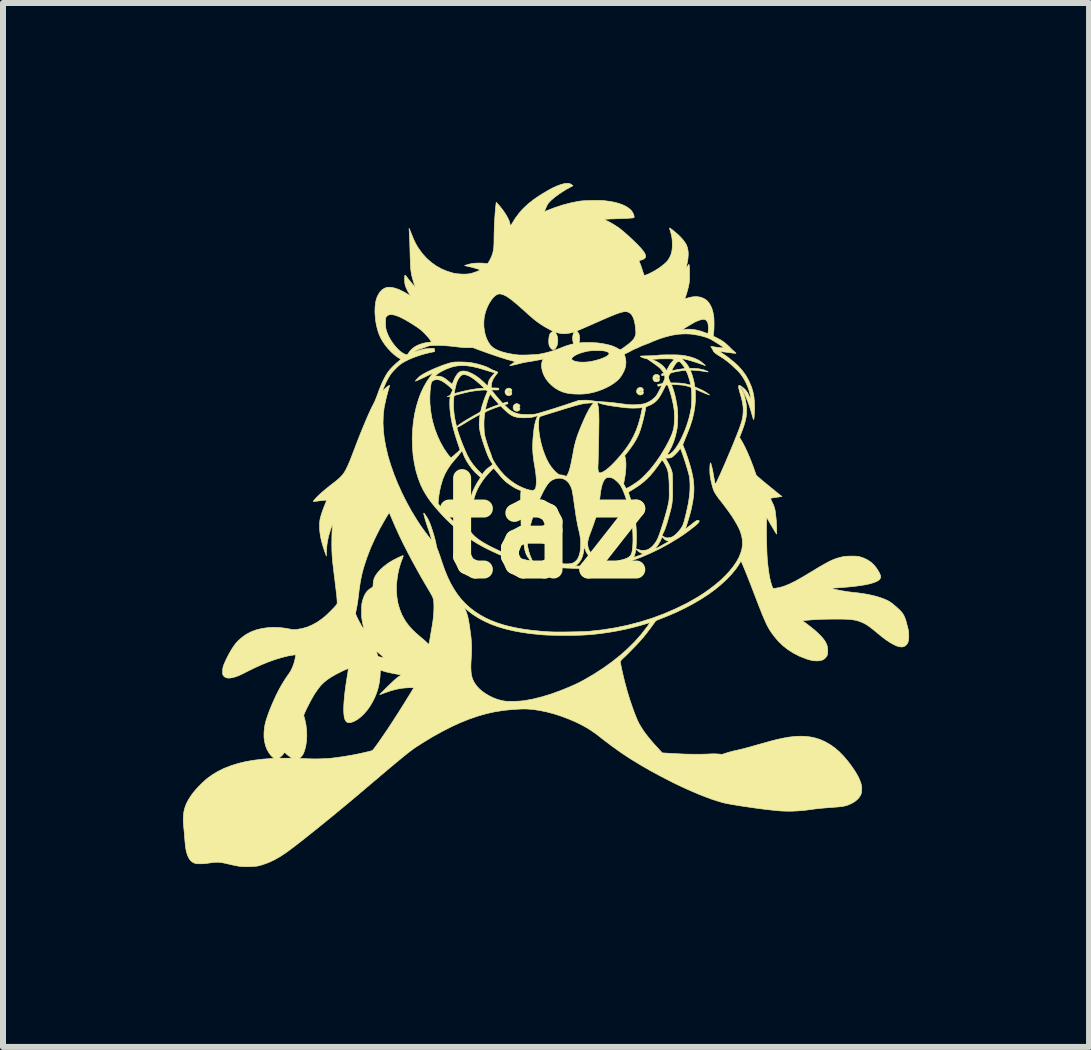
<source format=kicad_pcb>
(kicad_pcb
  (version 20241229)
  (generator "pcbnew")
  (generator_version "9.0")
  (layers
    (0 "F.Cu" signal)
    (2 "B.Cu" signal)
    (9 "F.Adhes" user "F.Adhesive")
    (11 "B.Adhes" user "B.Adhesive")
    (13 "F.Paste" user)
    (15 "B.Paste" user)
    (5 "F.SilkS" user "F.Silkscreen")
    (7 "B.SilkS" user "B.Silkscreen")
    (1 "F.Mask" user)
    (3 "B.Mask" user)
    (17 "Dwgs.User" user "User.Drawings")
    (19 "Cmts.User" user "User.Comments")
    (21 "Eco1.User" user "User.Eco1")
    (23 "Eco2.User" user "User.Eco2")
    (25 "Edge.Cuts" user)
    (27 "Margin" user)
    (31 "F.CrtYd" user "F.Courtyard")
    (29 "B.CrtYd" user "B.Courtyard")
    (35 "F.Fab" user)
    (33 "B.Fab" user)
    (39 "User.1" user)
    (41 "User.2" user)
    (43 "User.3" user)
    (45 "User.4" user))
  (footprint "taz"
    (layer "F.Cu")
    (at 6.032 5.754)
    (property "Reference" "taz" (at 0 0 0) (layer "F.SilkS") (effects (font (size 1.524 1.524) (thickness 0.3))))
    (attr through_hole)
    (fp_poly (pts (xy -0.576 -2.329) (xy -0.56 -2.318) (xy -0.551 -2.308) (xy -0.549 -2.299) (xy -0.553 -2.287) (xy -0.557 -2.271) (xy -0.554 -2.258) (xy -0.553 -2.258) (xy -0.549 -2.241) (xy -0.556 -2.227) (xy -0.573 -2.216) (xy -0.597 -2.208) (xy -0.618 -2.21) (xy -0.636 -2.218) (xy -0.652 -2.234) (xy -0.662 -2.256) (xy -0.664 -2.273) (xy -0.608 -2.273) (xy -0.606 -2.267) (xy -0.596 -2.264) (xy -0.582 -2.266) (xy -0.577 -2.268) (xy -0.574 -2.272) (xy -0.583 -2.275) (xy -0.587 -2.276) (xy -0.601 -2.276) (xy -0.608 -2.273) (xy -0.664 -2.273) (xy -0.664 -2.28) (xy -0.663 -2.285) (xy -0.657 -2.3) (xy -0.646 -2.315) (xy -0.643 -2.318) (xy -0.622 -2.331) (xy -0.599 -2.334) (xy -0.576 -2.329)) (stroke (width 0.01) (type solid)) (fill yes) (layer "F.SilkS"))
    (fp_poly (pts (xy -0.438 -2.068) (xy -0.421 -2.053) (xy -0.414 -2.042) (xy -0.414 -2.034) (xy -0.419 -2.025) (xy -0.424 -2.014) (xy -0.423 -2.005) (xy -0.419 -2) (xy -0.414 -1.989) (xy -0.416 -1.98) (xy -0.42 -1.973) (xy -0.437 -1.956) (xy -0.459 -1.949) (xy -0.484 -1.952) (xy -0.496 -1.957) (xy -0.515 -1.972) (xy -0.527 -1.993) (xy -0.528 -2.009) (xy -0.471 -2.009) (xy -0.462 -2.007) (xy -0.451 -2.008) (xy -0.44 -2.01) (xy -0.436 -2.012) (xy -0.436 -2.013) (xy -0.444 -2.016) (xy -0.456 -2.017) (xy -0.467 -2.017) (xy -0.471 -2.015) (xy -0.471 -2.009) (xy -0.528 -2.009) (xy -0.529 -2.017) (xy -0.522 -2.042) (xy -0.52 -2.047) (xy -0.503 -2.064) (xy -0.482 -2.074) (xy -0.459 -2.075) (xy -0.438 -2.068)) (stroke (width 0.01) (type solid)) (fill yes) (layer "F.SilkS"))
    (fp_poly (pts (xy 1.613 -2.343) (xy 1.621 -2.339) (xy 1.635 -2.326) (xy 1.642 -2.31) (xy 1.64 -2.294) (xy 1.637 -2.289) (xy 1.634 -2.281) (xy 1.637 -2.278) (xy 1.641 -2.27) (xy 1.643 -2.257) (xy 1.64 -2.244) (xy 1.629 -2.233) (xy 1.624 -2.229) (xy 1.601 -2.22) (xy 1.578 -2.221) (xy 1.56 -2.229) (xy 1.542 -2.244) (xy 1.532 -2.261) (xy 1.53 -2.284) (xy 1.586 -2.284) (xy 1.59 -2.277) (xy 1.601 -2.275) (xy 1.614 -2.28) (xy 1.614 -2.28) (xy 1.62 -2.285) (xy 1.615 -2.286) (xy 1.613 -2.286) (xy 1.599 -2.288) (xy 1.595 -2.289) (xy 1.587 -2.289) (xy 1.586 -2.284) (xy 1.53 -2.284) (xy 1.53 -2.285) (xy 1.53 -2.286) (xy 1.535 -2.309) (xy 1.548 -2.328) (xy 1.567 -2.341) (xy 1.589 -2.346) (xy 1.613 -2.343)) (stroke (width 0.01) (type solid)) (fill yes) (layer "F.SilkS"))
    (fp_poly (pts (xy 1.88 -2.56) (xy 1.899 -2.551) (xy 1.91 -2.537) (xy 1.913 -2.521) (xy 1.907 -2.508) (xy 1.907 -2.507) (xy 1.903 -2.5) (xy 1.907 -2.494) (xy 1.913 -2.48) (xy 1.91 -2.465) (xy 1.899 -2.451) (xy 1.899 -2.45) (xy 1.879 -2.441) (xy 1.855 -2.439) (xy 1.832 -2.445) (xy 1.829 -2.446) (xy 1.813 -2.461) (xy 1.804 -2.481) (xy 1.801 -2.5) (xy 1.857 -2.5) (xy 1.862 -2.497) (xy 1.874 -2.495) (xy 1.874 -2.495) (xy 1.886 -2.496) (xy 1.891 -2.5) (xy 1.891 -2.5) (xy 1.886 -2.504) (xy 1.874 -2.506) (xy 1.874 -2.506) (xy 1.862 -2.504) (xy 1.857 -2.501) (xy 1.857 -2.5) (xy 1.801 -2.5) (xy 1.801 -2.504) (xy 1.805 -2.526) (xy 1.817 -2.545) (xy 1.831 -2.556) (xy 1.856 -2.562) (xy 1.88 -2.56)) (stroke (width 0.01) (type solid)) (fill yes) (layer "F.SilkS"))
    (fp_poly (pts (xy 2.117 -2.889) (xy 2.161 -2.889) (xy 2.202 -2.888) (xy 2.236 -2.886) (xy 2.264 -2.884) (xy 2.269 -2.884) (xy 2.35 -2.872) (xy 2.426 -2.854) (xy 2.494 -2.832) (xy 2.555 -2.805) (xy 2.606 -2.773) (xy 2.64 -2.745) (xy 2.678 -2.709) (xy 2.546 -2.755) (xy 2.488 -2.774) (xy 2.435 -2.79) (xy 2.389 -2.803) (xy 2.35 -2.813) (xy 2.319 -2.82) (xy 2.298 -2.822) (xy 2.296 -2.822) (xy 2.292 -2.821) (xy 2.293 -2.816) (xy 2.3 -2.807) (xy 2.314 -2.793) (xy 2.323 -2.784) (xy 2.344 -2.762) (xy 2.366 -2.736) (xy 2.383 -2.711) (xy 2.387 -2.705) (xy 2.411 -2.664) (xy 2.46 -2.664) (xy 2.512 -2.662) (xy 2.563 -2.657) (xy 2.611 -2.648) (xy 2.652 -2.638) (xy 2.671 -2.631) (xy 2.699 -2.619) (xy 2.716 -2.61) (xy 2.723 -2.605) (xy 2.72 -2.603) (xy 2.712 -2.604) (xy 2.679 -2.61) (xy 2.643 -2.615) (xy 2.605 -2.62) (xy 2.567 -2.625) (xy 2.531 -2.628) (xy 2.497 -2.631) (xy 2.469 -2.633) (xy 2.446 -2.634) (xy 2.432 -2.634) (xy 2.427 -2.632) (xy 2.429 -2.625) (xy 2.434 -2.61) (xy 2.441 -2.591) (xy 2.444 -2.585) (xy 2.456 -2.551) (xy 2.468 -2.509) (xy 2.48 -2.465) (xy 2.49 -2.421) (xy 2.495 -2.393) (xy 2.501 -2.355) (xy 2.575 -2.322) (xy 2.639 -2.292) (xy 2.693 -2.26) (xy 2.737 -2.228) (xy 2.745 -2.221) (xy 2.745 -2.219) (xy 2.74 -2.221) (xy 2.73 -2.225) (xy 2.712 -2.231) (xy 2.691 -2.239) (xy 2.686 -2.241) (xy 2.663 -2.25) (xy 2.635 -2.262) (xy 2.603 -2.275) (xy 2.575 -2.288) (xy 2.507 -2.319) (xy 2.51 -2.233) (xy 2.51 -2.128) (xy 2.501 -2.023) (xy 2.483 -1.916) (xy 2.456 -1.806) (xy 2.42 -1.693) (xy 2.374 -1.575) (xy 2.369 -1.564) (xy 2.357 -1.534) (xy 2.343 -1.499) (xy 2.329 -1.465) (xy 2.323 -1.45) (xy 2.299 -1.39) (xy 2.324 -1.329) (xy 2.349 -1.264) (xy 2.373 -1.195) (xy 2.397 -1.123) (xy 2.419 -1.05) (xy 2.439 -0.979) (xy 2.455 -0.913) (xy 2.467 -0.854) (xy 2.47 -0.841) (xy 2.48 -0.766) (xy 2.485 -0.691) (xy 2.485 -0.615) (xy 2.479 -0.535) (xy 2.467 -0.449) (xy 2.449 -0.357) (xy 2.446 -0.341) (xy 2.435 -0.294) (xy 2.421 -0.24) (xy 2.405 -0.183) (xy 2.388 -0.127) (xy 2.372 -0.075) (xy 2.363 -0.048) (xy 2.355 -0.025) (xy 2.349 -0.006) (xy 2.345 0.007) (xy 2.345 0.01) (xy 2.349 0.009) (xy 2.36 0.002) (xy 2.377 -0.011) (xy 2.402 -0.03) (xy 2.435 -0.055) (xy 2.474 -0.086) (xy 2.498 -0.105) (xy 2.516 -0.117) (xy 2.529 -0.125) (xy 2.54 -0.129) (xy 2.55 -0.13) (xy 2.552 -0.13) (xy 2.566 -0.129) (xy 2.573 -0.124) (xy 2.572 -0.114) (xy 2.566 -0.099) (xy 2.558 -0.088) (xy 2.542 -0.071) (xy 2.519 -0.05) (xy 2.489 -0.026) (xy 2.455 0.001) (xy 2.418 0.03) (xy 2.378 0.06) (xy 2.336 0.09) (xy 2.295 0.119) (xy 2.254 0.146) (xy 2.24 0.155) (xy 2.081 0.252) (xy 1.921 0.339) (xy 1.761 0.417) (xy 1.603 0.485) (xy 1.445 0.543) (xy 1.29 0.59) (xy 1.142 0.626) (xy 1.094 0.636) (xy 1.049 0.644) (xy 1.005 0.651) (xy 0.959 0.657) (xy 0.912 0.662) (xy 0.86 0.667) (xy 0.802 0.67) (xy 0.737 0.673) (xy 0.663 0.676) (xy 0.643 0.677) (xy 0.637 0.675) (xy 0.631 0.675) (xy 0.615 0.674) (xy 0.591 0.673) (xy 0.56 0.672) (xy 0.524 0.671) (xy 0.484 0.67) (xy 0.483 0.67) (xy 0.311 0.663) (xy 0.147 0.65) (xy 0.002 0.633) (xy 0.505 0.633) (xy 0.61 0.629) (xy 0.653 0.628) (xy 0.701 0.625) (xy 0.751 0.622) (xy 0.796 0.619) (xy 0.813 0.618) (xy 0.845 0.615) (xy 0.875 0.612) (xy 0.898 0.61) (xy 0.914 0.608) (xy 0.92 0.608) (xy 0.92 0.605) (xy 0.911 0.599) (xy 0.896 0.591) (xy 0.84 0.559) (xy 0.786 0.517) (xy 0.761 0.493) (xy 0.725 0.452) (xy 0.697 0.412) (xy 0.678 0.372) (xy 0.665 0.329) (xy 0.663 0.323) (xy 0.657 0.291) (xy 0.653 0.339) (xy 0.644 0.409) (xy 0.627 0.471) (xy 0.604 0.525) (xy 0.573 0.571) (xy 0.534 0.61) (xy 0.522 0.62) (xy 0.505 0.633) (xy 0.002 0.633) (xy -0.012 0.631) (xy -0.168 0.605) (xy -0.325 0.572) (xy -0.484 0.532) (xy -0.491 0.53) (xy -0.539 0.517) (xy -0.577 0.506) (xy -0.61 0.497) (xy -0.637 0.488) (xy -0.656 0.481) (xy -0.491 0.481) (xy -0.49 0.482) (xy -0.47 0.489) (xy -0.45 0.494) (xy -0.429 0.5) (xy -0.403 0.507) (xy -0.37 0.516) (xy -0.342 0.523) (xy -0.31 0.531) (xy -0.282 0.537) (xy -0.259 0.543) (xy -0.244 0.546) (xy -0.238 0.547) (xy -0.238 0.544) (xy -0.244 0.534) (xy -0.256 0.52) (xy -0.259 0.516) (xy -0.291 0.473) (xy -0.316 0.421) (xy -0.334 0.361) (xy -0.345 0.293) (xy -0.347 0.26) (xy -0.347 0.259) (xy -0.291 0.259) (xy -0.284 0.318) (xy -0.269 0.381) (xy -0.249 0.446) (xy -0.222 0.511) (xy -0.217 0.523) (xy -0.197 0.564) (xy -0.117 0.561) (xy -0.099 0.56) (xy -0.083 0.559) (xy -0.067 0.559) (xy -0.052 0.559) (xy -0.034 0.56) (xy -0.014 0.561) (xy 0.01 0.563) (xy 0.039 0.566) (xy 0.074 0.57) (xy 0.116 0.574) (xy 0.167 0.58) (xy 0.227 0.586) (xy 0.26 0.59) (xy 0.318 0.595) (xy 0.37 0.596) (xy 0.413 0.594) (xy 0.448 0.588) (xy 0.466 0.582) (xy 0.503 0.56) (xy 0.533 0.531) (xy 0.557 0.494) (xy 0.575 0.447) (xy 0.588 0.392) (xy 0.595 0.327) (xy 0.597 0.301) (xy 0.597 0.269) (xy 0.714 0.269) (xy 0.72 0.315) (xy 0.734 0.358) (xy 0.759 0.4) (xy 0.792 0.442) (xy 0.803 0.453) (xy 0.837 0.487) (xy 0.87 0.519) (xy 0.901 0.547) (xy 0.928 0.572) (xy 0.951 0.591) (xy 0.968 0.604) (xy 0.979 0.611) (xy 0.982 0.612) (xy 0.991 0.608) (xy 1.008 0.602) (xy 1.029 0.595) (xy 1.038 0.592) (xy 1.058 0.585) (xy 1.088 0.577) (xy 1.122 0.568) (xy 1.16 0.558) (xy 1.195 0.55) (xy 1.254 0.536) (xy 1.303 0.523) (xy 1.343 0.511) (xy 1.374 0.498) (xy 1.397 0.484) (xy 1.483 0.484) (xy 1.484 0.485) (xy 1.491 0.484) (xy 1.506 0.479) (xy 1.528 0.471) (xy 1.554 0.462) (xy 1.561 0.46) (xy 1.597 0.447) (xy 1.622 0.437) (xy 1.636 0.43) (xy 1.642 0.425) (xy 1.638 0.423) (xy 1.634 0.423) (xy 1.615 0.419) (xy 1.592 0.408) (xy 1.568 0.393) (xy 1.546 0.375) (xy 1.546 0.374) (xy 1.519 0.348) (xy 1.516 0.37) (xy 1.507 0.412) (xy 1.498 0.445) (xy 1.49 0.464) (xy 1.484 0.477) (xy 1.483 0.484) (xy 1.397 0.484) (xy 1.399 0.483) (xy 1.418 0.468) (xy 1.433 0.449) (xy 1.443 0.428) (xy 1.451 0.403) (xy 1.454 0.39) (xy 1.461 0.342) (xy 1.466 0.285) (xy 1.469 0.222) (xy 1.469 0.153) (xy 1.467 0.082) (xy 1.462 0.011) (xy 1.454 -0.06) (xy 1.451 -0.083) (xy 1.438 -0.164) (xy 1.421 -0.247) (xy 1.402 -0.331) (xy 1.38 -0.412) (xy 1.356 -0.489) (xy 1.331 -0.561) (xy 1.317 -0.597) (xy 1.394 -0.597) (xy 1.396 -0.591) (xy 1.4 -0.575) (xy 1.407 -0.553) (xy 1.415 -0.527) (xy 1.419 -0.515) (xy 1.451 -0.41) (xy 1.477 -0.309) (xy 1.497 -0.213) (xy 1.509 -0.135) (xy 1.516 -0.077) (xy 1.521 -0.014) (xy 1.525 0.051) (xy 1.527 0.116) (xy 1.527 0.179) (xy 1.526 0.236) (xy 1.523 0.287) (xy 1.521 0.313) (xy 1.517 0.342) (xy 1.553 0.354) (xy 1.578 0.362) (xy 1.596 0.368) (xy 1.611 0.37) (xy 1.626 0.371) (xy 1.646 0.371) (xy 1.651 0.37) (xy 1.689 0.366) (xy 1.721 0.355) (xy 1.722 0.355) (xy 1.743 0.342) (xy 1.837 0.342) (xy 1.84 0.343) (xy 1.846 0.341) (xy 1.858 0.337) (xy 1.876 0.328) (xy 1.896 0.318) (xy 1.897 0.318) (xy 1.916 0.307) (xy 1.941 0.293) (xy 1.97 0.276) (xy 1.999 0.26) (xy 2.003 0.258) (xy 2.072 0.217) (xy 2.052 0.213) (xy 2.025 0.205) (xy 2.002 0.191) (xy 1.978 0.168) (xy 1.976 0.166) (xy 1.964 0.154) (xy 1.956 0.147) (xy 1.953 0.148) (xy 1.95 0.157) (xy 1.943 0.174) (xy 1.933 0.196) (xy 1.922 0.22) (xy 1.909 0.243) (xy 1.897 0.264) (xy 1.89 0.276) (xy 1.875 0.296) (xy 1.859 0.316) (xy 1.852 0.324) (xy 1.841 0.336) (xy 1.837 0.342) (xy 1.743 0.342) (xy 1.758 0.333) (xy 1.794 0.301) (xy 1.828 0.262) (xy 1.858 0.218) (xy 1.883 0.17) (xy 1.885 0.166) (xy 1.9 0.127) (xy 1.902 0.121) (xy 1.953 0.121) (xy 1.957 0.126) (xy 1.969 0.134) (xy 1.984 0.143) (xy 2 0.152) (xy 2.013 0.158) (xy 2.015 0.159) (xy 2.04 0.163) (xy 2.071 0.16) (xy 2.103 0.153) (xy 2.126 0.144) (xy 2.151 0.129) (xy 2.179 0.106) (xy 2.209 0.077) (xy 2.238 0.045) (xy 2.264 0.012) (xy 2.282 -0.015) (xy 2.292 -0.032) (xy 2.3 -0.049) (xy 2.307 -0.067) (xy 2.315 -0.089) (xy 2.323 -0.116) (xy 2.332 -0.152) (xy 2.337 -0.171) (xy 2.357 -0.251) (xy 2.373 -0.323) (xy 2.387 -0.389) (xy 2.398 -0.45) (xy 2.407 -0.51) (xy 2.414 -0.57) (xy 2.416 -0.593) (xy 2.419 -0.636) (xy 2.42 -0.683) (xy 2.42 -0.733) (xy 2.418 -0.781) (xy 2.414 -0.825) (xy 2.409 -0.861) (xy 2.408 -0.867) (xy 2.402 -0.892) (xy 2.394 -0.923) (xy 2.384 -0.959) (xy 2.372 -0.999) (xy 2.359 -1.042) (xy 2.346 -1.086) (xy 2.331 -1.13) (xy 2.317 -1.173) (xy 2.304 -1.213) (xy 2.291 -1.249) (xy 2.28 -1.28) (xy 2.271 -1.304) (xy 2.264 -1.32) (xy 2.259 -1.326) (xy 2.259 -1.326) (xy 2.254 -1.322) (xy 2.245 -1.311) (xy 2.239 -1.304) (xy 2.223 -1.282) (xy 2.202 -1.259) (xy 2.179 -1.235) (xy 2.156 -1.213) (xy 2.135 -1.194) (xy 2.119 -1.182) (xy 2.115 -1.18) (xy 2.093 -1.172) (xy 2.066 -1.169) (xy 2.05 -1.168) (xy 2.01 -1.168) (xy 2.042 -1.113) (xy 2.069 -1.064) (xy 2.091 -1.017) (xy 2.109 -0.974) (xy 2.12 -0.936) (xy 2.123 -0.925) (xy 2.125 -0.906) (xy 2.127 -0.876) (xy 2.128 -0.835) (xy 2.129 -0.782) (xy 2.13 -0.719) (xy 2.13 -0.686) (xy 2.13 -0.622) (xy 2.13 -0.567) (xy 2.129 -0.52) (xy 2.127 -0.479) (xy 2.123 -0.441) (xy 2.119 -0.406) (xy 2.113 -0.37) (xy 2.105 -0.333) (xy 2.095 -0.292) (xy 2.082 -0.245) (xy 2.067 -0.191) (xy 2.066 -0.187) (xy 2.049 -0.127) (xy 2.034 -0.076) (xy 2.02 -0.034) (xy 2.009 0.000469) (xy 1.997 0.03) (xy 1.987 0.054) (xy 1.976 0.076) (xy 1.97 0.088) (xy 1.961 0.104) (xy 1.955 0.116) (xy 1.953 0.121) (xy 1.902 0.121) (xy 1.918 0.078) (xy 1.936 0.023) (xy 1.956 -0.037) (xy 1.976 -0.101) (xy 1.995 -0.165) (xy 2.014 -0.229) (xy 2.03 -0.289) (xy 2.045 -0.345) (xy 2.056 -0.394) (xy 2.058 -0.404) (xy 2.063 -0.425) (xy 2.066 -0.444) (xy 2.069 -0.462) (xy 2.071 -0.48) (xy 2.072 -0.501) (xy 2.073 -0.525) (xy 2.074 -0.556) (xy 2.074 -0.595) (xy 2.073 -0.641) (xy 2.073 -0.716) (xy 2.071 -0.781) (xy 2.067 -0.837) (xy 2.062 -0.885) (xy 2.056 -0.926) (xy 2.048 -0.962) (xy 2.046 -0.971) (xy 2.038 -0.992) (xy 2.027 -1.018) (xy 2.014 -1.045) (xy 1.999 -1.073) (xy 1.985 -1.097) (xy 1.973 -1.116) (xy 1.966 -1.124) (xy 1.956 -1.133) (xy 1.951 -1.133) (xy 1.947 -1.128) (xy 1.94 -1.117) (xy 1.928 -1.099) (xy 1.911 -1.076) (xy 1.892 -1.049) (xy 1.871 -1.02) (xy 1.85 -0.992) (xy 1.83 -0.966) (xy 1.814 -0.944) (xy 1.809 -0.939) (xy 1.755 -0.875) (xy 1.697 -0.816) (xy 1.635 -0.762) (xy 1.566 -0.709) (xy 1.488 -0.658) (xy 1.432 -0.624) (xy 1.414 -0.613) (xy 1.401 -0.604) (xy 1.394 -0.598) (xy 1.394 -0.597) (xy 1.317 -0.597) (xy 1.306 -0.624) (xy 1.292 -0.655) (xy 1.276 -0.685) (xy 1.264 -0.708) (xy 1.252 -0.726) (xy 1.242 -0.738) (xy 1.313 -0.738) (xy 1.327 -0.712) (xy 1.336 -0.694) (xy 1.345 -0.679) (xy 1.348 -0.673) (xy 1.355 -0.661) (xy 1.381 -0.672) (xy 1.397 -0.68) (xy 1.419 -0.692) (xy 1.443 -0.707) (xy 1.457 -0.716) (xy 1.508 -0.749) (xy 1.551 -0.779) (xy 1.589 -0.809) (xy 1.625 -0.841) (xy 1.662 -0.877) (xy 1.665 -0.88) (xy 1.758 -0.98) (xy 1.846 -1.091) (xy 1.929 -1.211) (xy 1.937 -1.225) (xy 2.039 -1.225) (xy 2.056 -1.225) (xy 2.074 -1.23) (xy 2.097 -1.243) (xy 2.1 -1.246) (xy 2.134 -1.276) (xy 2.168 -1.316) (xy 2.202 -1.365) (xy 2.237 -1.422) (xy 2.27 -1.485) (xy 2.302 -1.553) (xy 2.333 -1.625) (xy 2.361 -1.7) (xy 2.386 -1.776) (xy 2.408 -1.852) (xy 2.425 -1.927) (xy 2.439 -2) (xy 2.442 -2.021) (xy 2.444 -2.048) (xy 2.446 -2.082) (xy 2.448 -2.12) (xy 2.449 -2.16) (xy 2.449 -2.201) (xy 2.448 -2.239) (xy 2.447 -2.274) (xy 2.445 -2.304) (xy 2.442 -2.326) (xy 2.44 -2.337) (xy 2.435 -2.346) (xy 2.426 -2.352) (xy 2.412 -2.358) (xy 2.389 -2.364) (xy 2.363 -2.371) (xy 2.335 -2.377) (xy 2.312 -2.382) (xy 2.311 -2.382) (xy 2.296 -2.384) (xy 2.274 -2.386) (xy 2.247 -2.388) (xy 2.218 -2.39) (xy 2.189 -2.392) (xy 2.162 -2.393) (xy 2.138 -2.394) (xy 2.121 -2.394) (xy 2.112 -2.393) (xy 2.111 -2.392) (xy 2.113 -2.386) (xy 2.118 -2.372) (xy 2.126 -2.354) (xy 2.126 -2.353) (xy 2.147 -2.294) (xy 2.167 -2.223) (xy 2.185 -2.141) (xy 2.202 -2.048) (xy 2.205 -2.026) (xy 2.211 -1.979) (xy 2.214 -1.925) (xy 2.216 -1.866) (xy 2.215 -1.807) (xy 2.213 -1.749) (xy 2.209 -1.696) (xy 2.203 -1.651) (xy 2.202 -1.648) (xy 2.179 -1.541) (xy 2.149 -1.443) (xy 2.112 -1.354) (xy 2.072 -1.279) (xy 2.039 -1.225) (xy 1.937 -1.225) (xy 2.007 -1.341) (xy 2.055 -1.43) (xy 2.083 -1.486) (xy 2.105 -1.534) (xy 2.123 -1.578) (xy 2.136 -1.618) (xy 2.146 -1.657) (xy 2.153 -1.698) (xy 2.157 -1.743) (xy 2.16 -1.793) (xy 2.16 -1.804) (xy 2.161 -1.854) (xy 2.16 -1.901) (xy 2.158 -1.941) (xy 2.157 -1.959) (xy 2.145 -2.041) (xy 2.127 -2.127) (xy 2.105 -2.216) (xy 2.079 -2.301) (xy 2.066 -2.338) (xy 2.057 -2.361) (xy 2.051 -2.376) (xy 2.045 -2.384) (xy 2.039 -2.387) (xy 2.033 -2.388) (xy 2.026 -2.387) (xy 2.02 -2.384) (xy 2.014 -2.376) (xy 2.006 -2.363) (xy 1.996 -2.343) (xy 1.981 -2.314) (xy 1.981 -2.313) (xy 1.951 -2.254) (xy 1.922 -2.204) (xy 1.894 -2.163) (xy 1.865 -2.128) (xy 1.834 -2.099) (xy 1.799 -2.075) (xy 1.761 -2.054) (xy 1.721 -2.037) (xy 1.704 -2.03) (xy 1.691 -2.024) (xy 1.687 -2.021) (xy 1.684 -2.014) (xy 1.68 -1.999) (xy 1.677 -1.98) (xy 1.677 -1.978) (xy 1.67 -1.94) (xy 1.66 -1.894) (xy 1.649 -1.844) (xy 1.636 -1.792) (xy 1.622 -1.739) (xy 1.608 -1.689) (xy 1.594 -1.644) (xy 1.581 -1.606) (xy 1.575 -1.589) (xy 1.549 -1.53) (xy 1.517 -1.469) (xy 1.479 -1.406) (xy 1.432 -1.339) (xy 1.39 -1.282) (xy 1.331 -1.207) (xy 1.342 -1.169) (xy 1.348 -1.132) (xy 1.352 -1.086) (xy 1.352 -1.032) (xy 1.349 -0.973) (xy 1.343 -0.91) (xy 1.333 -0.845) (xy 1.325 -0.799) (xy 1.313 -0.738) (xy 1.242 -0.738) (xy 1.238 -0.743) (xy 1.22 -0.762) (xy 1.211 -0.771) (xy 1.177 -0.802) (xy 1.146 -0.824) (xy 1.116 -0.838) (xy 1.086 -0.845) (xy 1.083 -0.845) (xy 1.055 -0.846) (xy 1.034 -0.841) (xy 1.015 -0.83) (xy 1.01 -0.826) (xy 0.991 -0.804) (xy 0.973 -0.771) (xy 0.957 -0.729) (xy 0.943 -0.676) (xy 0.931 -0.612) (xy 0.921 -0.538) (xy 0.914 -0.474) (xy 0.908 -0.415) (xy 0.9 -0.362) (xy 0.889 -0.31) (xy 0.875 -0.255) (xy 0.874 -0.252) (xy 0.865 -0.221) (xy 0.852 -0.182) (xy 0.837 -0.137) (xy 0.82 -0.087) (xy 0.802 -0.036) (xy 0.783 0.016) (xy 0.765 0.065) (xy 0.751 0.102) (xy 0.73 0.163) (xy 0.717 0.218) (xy 0.714 0.269) (xy 0.597 0.269) (xy 0.598 0.248) (xy 0.596 0.2) (xy 0.59 0.151) (xy 0.582 0.101) (xy 0.569 0.044) (xy 0.564 0.025) (xy 0.555 -0.013) (xy 0.546 -0.056) (xy 0.537 -0.105) (xy 0.527 -0.159) (xy 0.517 -0.221) (xy 0.507 -0.291) (xy 0.495 -0.371) (xy 0.485 -0.442) (xy 0.479 -0.486) (xy 0.473 -0.529) (xy 0.466 -0.568) (xy 0.46 -0.602) (xy 0.455 -0.628) (xy 0.451 -0.646) (xy 0.451 -0.648) (xy 0.43 -0.701) (xy 0.404 -0.746) (xy 0.372 -0.782) (xy 0.336 -0.809) (xy 0.295 -0.826) (xy 0.252 -0.833) (xy 0.212 -0.831) (xy 0.163 -0.819) (xy 0.121 -0.801) (xy 0.088 -0.778) (xy 0.063 -0.752) (xy 0.035 -0.715) (xy 0.007 -0.669) (xy -0.023 -0.616) (xy -0.053 -0.556) (xy -0.083 -0.491) (xy -0.113 -0.422) (xy -0.141 -0.349) (xy -0.169 -0.275) (xy -0.195 -0.2) (xy -0.219 -0.125) (xy -0.24 -0.051) (xy -0.258 0.02) (xy -0.273 0.087) (xy -0.284 0.15) (xy -0.291 0.206) (xy -0.291 0.259) (xy -0.347 0.259) (xy -0.349 0.235) (xy -0.35 0.215) (xy -0.352 0.201) (xy -0.353 0.197) (xy -0.358 0.192) (xy -0.364 0.195) (xy -0.371 0.206) (xy -0.379 0.226) (xy -0.389 0.256) (xy -0.394 0.272) (xy -0.411 0.325) (xy -0.429 0.373) (xy -0.448 0.412) (xy -0.465 0.443) (xy -0.479 0.462) (xy -0.489 0.474) (xy -0.491 0.481) (xy -0.656 0.481) (xy -0.662 0.479) (xy -0.687 0.47) (xy -0.714 0.459) (xy -0.745 0.446) (xy -0.748 0.445) (xy -0.882 0.384) (xy -1.008 0.322) (xy -1.125 0.257) (xy -1.236 0.187) (xy -1.342 0.112) (xy -1.445 0.032) (xy -1.491 -0.007) (xy -1.407 -0.007) (xy -1.401 0.002) (xy -1.391 0.013) (xy -1.379 0.024) (xy -1.363 0.039) (xy -1.344 0.056) (xy -1.325 0.073) (xy -1.306 0.089) (xy -1.291 0.101) (xy -1.281 0.109) (xy -1.278 0.111) (xy -1.279 0.106) (xy -1.285 0.093) (xy -1.294 0.075) (xy -1.297 0.069) (xy -1.306 0.049) (xy -1.312 0.032) (xy -1.316 0.015) (xy -1.318 -0.006) (xy -1.32 -0.031) (xy -1.321 -0.053) (xy -1.264 -0.053) (xy -1.263 -0.018) (xy -1.259 0.011) (xy -1.25 0.037) (xy -1.237 0.061) (xy -1.218 0.085) (xy -1.2 0.106) (xy -1.163 0.142) (xy -1.12 0.177) (xy -1.069 0.213) (xy -1.011 0.249) (xy -0.943 0.287) (xy -0.869 0.325) (xy -0.819 0.349) (xy -0.771 0.372) (xy -0.725 0.393) (xy -0.682 0.411) (xy -0.645 0.426) (xy -0.613 0.438) (xy -0.588 0.445) (xy -0.571 0.449) (xy -0.565 0.448) (xy -0.555 0.446) (xy -0.553 0.446) (xy -0.542 0.441) (xy -0.529 0.429) (xy -0.514 0.411) (xy -0.5 0.389) (xy -0.494 0.379) (xy -0.483 0.354) (xy -0.471 0.321) (xy -0.457 0.282) (xy -0.444 0.24) (xy -0.431 0.197) (xy -0.419 0.155) (xy -0.41 0.118) (xy -0.404 0.087) (xy -0.403 0.082) (xy -0.4 0.065) (xy -0.398 0.047) (xy -0.397 0.026) (xy -0.396 0.002) (xy -0.396 -0.028) (xy -0.396 -0.064) (xy -0.397 -0.108) (xy -0.398 -0.162) (xy -0.398 -0.178) (xy -0.4 -0.261) (xy -0.401 -0.333) (xy -0.402 -0.396) (xy -0.403 -0.449) (xy -0.403 -0.493) (xy -0.403 -0.529) (xy -0.402 -0.557) (xy -0.401 -0.579) (xy -0.4 -0.594) (xy -0.4 -0.596) (xy -0.396 -0.625) (xy -0.422 -0.635) (xy -0.457 -0.65) (xy -0.494 -0.668) (xy -0.534 -0.692) (xy -0.577 -0.72) (xy -0.607 -0.741) (xy -0.633 -0.76) (xy -0.657 -0.781) (xy -0.681 -0.803) (xy -0.706 -0.829) (xy -0.735 -0.861) (xy -0.768 -0.9) (xy -0.778 -0.912) (xy -0.8 -0.938) (xy -0.819 -0.961) (xy -0.835 -0.979) (xy -0.847 -0.992) (xy -0.852 -0.998) (xy -0.852 -0.998) (xy -0.858 -0.995) (xy -0.869 -0.984) (xy -0.886 -0.969) (xy -0.905 -0.949) (xy -0.926 -0.926) (xy -0.948 -0.902) (xy -0.969 -0.879) (xy -0.988 -0.857) (xy -1.003 -0.838) (xy -1.007 -0.833) (xy -1.036 -0.793) (xy -1.065 -0.749) (xy -1.092 -0.706) (xy -1.114 -0.666) (xy -1.12 -0.655) (xy -1.138 -0.615) (xy -1.157 -0.566) (xy -1.175 -0.51) (xy -1.193 -0.448) (xy -1.21 -0.383) (xy -1.226 -0.317) (xy -1.239 -0.251) (xy -1.25 -0.187) (xy -1.256 -0.146) (xy -1.261 -0.095) (xy -1.264 -0.053) (xy -1.321 -0.053) (xy -1.322 -0.089) (xy -1.356 -0.053) (xy -1.372 -0.037) (xy -1.387 -0.023) (xy -1.398 -0.015) (xy -1.401 -0.014) (xy -1.407 -0.011) (xy -1.407 -0.007) (xy -1.491 -0.007) (xy -1.501 -0.016) (xy -1.569 -0.077) (xy -1.638 -0.143) (xy -1.706 -0.213) (xy -1.772 -0.286) (xy -1.835 -0.358) (xy -1.876 -0.409) (xy -1.779 -0.409) (xy -1.699 -0.311) (xy -1.653 -0.254) (xy -1.611 -0.204) (xy -1.572 -0.161) (xy -1.539 -0.125) (xy -1.511 -0.098) (xy -1.494 -0.084) (xy -1.47 -0.068) (xy -1.448 -0.062) (xy -1.429 -0.066) (xy -1.409 -0.079) (xy -1.394 -0.095) (xy -1.377 -0.118) (xy -1.357 -0.147) (xy -1.338 -0.178) (xy -1.32 -0.211) (xy -1.316 -0.219) (xy -1.306 -0.241) (xy -1.296 -0.273) (xy -1.285 -0.31) (xy -1.278 -0.34) (xy -1.268 -0.384) (xy -1.256 -0.429) (xy -1.244 -0.475) (xy -1.232 -0.518) (xy -1.22 -0.557) (xy -1.21 -0.589) (xy -1.202 -0.609) (xy -1.185 -0.648) (xy -1.163 -0.692) (xy -1.139 -0.737) (xy -1.113 -0.78) (xy -1.107 -0.789) (xy -1.093 -0.81) (xy -1.082 -0.829) (xy -1.075 -0.841) (xy -1.072 -0.846) (xy -1.076 -0.851) (xy -1.087 -0.862) (xy -1.103 -0.876) (xy -1.114 -0.886) (xy -1.164 -0.933) (xy -1.213 -0.988) (xy -1.258 -1.048) (xy -1.298 -1.11) (xy -1.332 -1.172) (xy -1.358 -1.232) (xy -1.36 -1.238) (xy -1.378 -1.292) (xy -1.422 -1.237) (xy -1.443 -1.21) (xy -1.466 -1.182) (xy -1.487 -1.157) (xy -1.501 -1.142) (xy -1.565 -1.064) (xy -1.619 -0.985) (xy -1.665 -0.902) (xy -1.702 -0.814) (xy -1.731 -0.718) (xy -1.735 -0.702) (xy -1.746 -0.653) (xy -1.757 -0.599) (xy -1.766 -0.543) (xy -1.772 -0.491) (xy -1.775 -0.46) (xy -1.779 -0.409) (xy -1.876 -0.409) (xy -1.892 -0.429) (xy -1.942 -0.496) (xy -1.964 -0.53) (xy -2.021 -0.624) (xy -2.071 -0.727) (xy -2.113 -0.838) (xy -2.148 -0.955) (xy -2.175 -1.079) (xy -2.195 -1.208) (xy -2.206 -1.343) (xy -2.21 -1.481) (xy -2.21 -1.513) (xy -2.203 -1.65) (xy -2.19 -1.782) (xy -2.169 -1.91) (xy -2.14 -2.033) (xy -2.105 -2.149) (xy -2.092 -2.184) (xy -1.917 -2.184) (xy -1.915 -2.075) (xy -1.904 -1.964) (xy -1.887 -1.854) (xy -1.869 -1.774) (xy -1.834 -1.655) (xy -1.791 -1.54) (xy -1.741 -1.432) (xy -1.684 -1.33) (xy -1.632 -1.253) (xy -1.612 -1.226) (xy -1.593 -1.203) (xy -1.578 -1.186) (xy -1.567 -1.176) (xy -1.563 -1.174) (xy -1.557 -1.178) (xy -1.545 -1.188) (xy -1.527 -1.202) (xy -1.505 -1.221) (xy -1.486 -1.239) (xy -1.413 -1.303) (xy -1.459 -1.441) (xy -1.492 -1.544) (xy -1.519 -1.639) (xy -1.529 -1.677) (xy -1.467 -1.677) (xy -1.455 -1.636) (xy -1.439 -1.584) (xy -1.419 -1.525) (xy -1.396 -1.461) (xy -1.37 -1.394) (xy -1.342 -1.327) (xy -1.314 -1.262) (xy -1.297 -1.224) (xy -1.251 -1.139) (xy -1.195 -1.058) (xy -1.128 -0.981) (xy -1.113 -0.965) (xy -1.042 -0.895) (xy -1.031 -0.911) (xy -1.021 -0.925) (xy -1.007 -0.942) (xy -0.996 -0.956) (xy -0.979 -0.975) (xy -0.959 -0.993) (xy -0.946 -1.002) (xy -0.926 -1.016) (xy -0.904 -1.033) (xy -0.893 -1.042) (xy -0.868 -1.065) (xy -0.89 -1.098) (xy -0.907 -1.124) (xy -0.922 -1.151) (xy -0.937 -1.182) (xy -0.953 -1.217) (xy -0.969 -1.258) (xy -0.987 -1.307) (xy -1.007 -1.364) (xy -1.011 -1.376) (xy -1.034 -1.446) (xy -1.053 -1.507) (xy -1.068 -1.56) (xy -1.079 -1.608) (xy -1.087 -1.651) (xy -1.091 -1.692) (xy -1.093 -1.726) (xy -1.015 -1.726) (xy -1.013 -1.667) (xy -1.01 -1.612) (xy -1.005 -1.563) (xy -1.004 -1.563) (xy -0.998 -1.53) (xy -0.987 -1.488) (xy -0.972 -1.439) (xy -0.954 -1.383) (xy -0.932 -1.321) (xy -0.917 -1.28) (xy -0.905 -1.249) (xy -0.895 -1.221) (xy -0.887 -1.199) (xy -0.882 -1.183) (xy -0.881 -1.177) (xy -0.878 -1.167) (xy -0.87 -1.15) (xy -0.858 -1.127) (xy -0.843 -1.102) (xy -0.827 -1.075) (xy -0.811 -1.05) (xy -0.745 -0.961) (xy -0.672 -0.88) (xy -0.593 -0.809) (xy -0.511 -0.749) (xy -0.458 -0.717) (xy -0.403 -0.689) (xy -0.348 -0.665) (xy -0.296 -0.646) (xy -0.249 -0.634) (xy -0.238 -0.633) (xy -0.221 -0.63) (xy -0.209 -0.628) (xy -0.205 -0.627) (xy -0.2 -0.628) (xy -0.189 -0.632) (xy -0.187 -0.633) (xy -0.171 -0.641) (xy -0.16 -0.655) (xy -0.151 -0.676) (xy -0.146 -0.706) (xy -0.143 -0.745) (xy -0.142 -0.754) (xy -0.142 -0.784) (xy -0.142 -0.813) (xy -0.144 -0.843) (xy -0.147 -0.876) (xy -0.151 -0.914) (xy -0.157 -0.958) (xy -0.165 -1.009) (xy -0.175 -1.07) (xy -0.176 -1.072) (xy -0.189 -1.159) (xy -0.198 -1.239) (xy -0.202 -1.315) (xy -0.202 -1.391) (xy -0.199 -1.469) (xy -0.198 -1.482) (xy -0.192 -1.555) (xy -0.185 -1.618) (xy -0.178 -1.673) (xy -0.17 -1.718) (xy -0.104 -1.718) (xy -0.101 -1.642) (xy -0.091 -1.56) (xy -0.076 -1.476) (xy -0.056 -1.391) (xy -0.031 -1.307) (xy -0.002 -1.226) (xy 0.03 -1.15) (xy 0.034 -1.143) (xy 0.069 -1.077) (xy 0.108 -1.019) (xy 0.152 -0.966) (xy 0.17 -0.947) (xy 0.196 -0.922) (xy 0.218 -0.905) (xy 0.237 -0.894) (xy 0.256 -0.888) (xy 0.277 -0.886) (xy 0.279 -0.886) (xy 0.295 -0.884) (xy 0.315 -0.879) (xy 0.325 -0.875) (xy 0.341 -0.869) (xy 0.353 -0.865) (xy 0.357 -0.864) (xy 0.362 -0.868) (xy 0.37 -0.88) (xy 0.378 -0.893) (xy 0.387 -0.91) (xy 0.395 -0.928) (xy 0.403 -0.95) (xy 0.411 -0.975) (xy 0.42 -1.005) (xy 0.428 -1.041) (xy 0.438 -1.083) (xy 0.448 -1.134) (xy 0.46 -1.194) (xy 0.473 -1.264) (xy 0.474 -1.27) (xy 0.485 -1.33) (xy 0.497 -1.384) (xy 0.51 -1.435) (xy 0.525 -1.485) (xy 0.541 -1.536) (xy 0.561 -1.59) (xy 0.584 -1.65) (xy 0.612 -1.717) (xy 0.616 -1.726) (xy 0.652 -1.809) (xy 0.685 -1.881) (xy 0.716 -1.942) (xy 0.744 -1.993) (xy 0.77 -2.032) (xy 0.776 -2.04) (xy 0.81 -2.086) (xy 0.877 -2.086) (xy 0.879 -2.072) (xy 0.883 -2.057) (xy 0.888 -2.038) (xy 0.891 -2.018) (xy 0.894 -1.996) (xy 0.897 -1.97) (xy 0.899 -1.94) (xy 0.9 -1.905) (xy 0.901 -1.864) (xy 0.902 -1.816) (xy 0.902 -1.761) (xy 0.901 -1.698) (xy 0.9 -1.625) (xy 0.899 -1.542) (xy 0.898 -1.494) (xy 0.896 -1.428) (xy 0.895 -1.364) (xy 0.894 -1.303) (xy 0.892 -1.246) (xy 0.891 -1.194) (xy 0.89 -1.149) (xy 0.889 -1.111) (xy 0.888 -1.081) (xy 0.887 -1.062) (xy 0.887 -1.058) (xy 0.885 -1.011) (xy 0.887 -0.974) (xy 0.892 -0.947) (xy 0.901 -0.931) (xy 0.909 -0.923) (xy 0.918 -0.921) (xy 0.931 -0.923) (xy 0.948 -0.928) (xy 0.98 -0.944) (xy 1.018 -0.968) (xy 1.06 -1.002) (xy 1.106 -1.044) (xy 1.156 -1.094) (xy 1.209 -1.151) (xy 1.265 -1.216) (xy 1.309 -1.269) (xy 1.374 -1.356) (xy 1.431 -1.444) (xy 1.48 -1.535) (xy 1.523 -1.63) (xy 1.559 -1.732) (xy 1.59 -1.84) (xy 1.616 -1.957) (xy 1.622 -1.991) (xy 1.625 -2.01) (xy 1.59 -2.006) (xy 1.572 -2.004) (xy 1.546 -2.003) (xy 1.514 -2.002) (xy 1.48 -2.001) (xy 1.462 -2.001) (xy 1.431 -2.002) (xy 1.403 -2.003) (xy 1.373 -2.005) (xy 1.342 -2.007) (xy 1.306 -2.011) (xy 1.264 -2.017) (xy 1.213 -2.024) (xy 1.199 -2.026) (xy 1.138 -2.034) (xy 1.087 -2.042) (xy 1.043 -2.05) (xy 1.007 -2.057) (xy 0.976 -2.064) (xy 0.949 -2.071) (xy 0.925 -2.078) (xy 0.911 -2.084) (xy 0.894 -2.089) (xy 0.881 -2.092) (xy 0.877 -2.092) (xy 0.877 -2.086) (xy 0.81 -2.086) (xy 0.813 -2.09) (xy 0.747 -2.086) (xy 0.721 -2.084) (xy 0.697 -2.082) (xy 0.672 -2.079) (xy 0.647 -2.076) (xy 0.621 -2.07) (xy 0.591 -2.064) (xy 0.558 -2.055) (xy 0.52 -2.045) (xy 0.476 -2.033) (xy 0.425 -2.017) (xy 0.366 -2) (xy 0.298 -1.979) (xy 0.246 -1.962) (xy 0.197 -1.947) (xy 0.15 -1.933) (xy 0.104 -1.919) (xy 0.063 -1.906) (xy 0.027 -1.895) (xy -0.001 -1.886) (xy -0.014 -1.882) (xy -0.041 -1.873) (xy -0.063 -1.866) (xy -0.08 -1.859) (xy -0.088 -1.855) (xy -0.089 -1.855) (xy -0.092 -1.847) (xy -0.096 -1.83) (xy -0.099 -1.808) (xy -0.101 -1.788) (xy -0.104 -1.718) (xy -0.17 -1.718) (xy -0.169 -1.721) (xy -0.16 -1.763) (xy -0.148 -1.801) (xy -0.136 -1.833) (xy -0.129 -1.852) (xy -0.124 -1.867) (xy -0.123 -1.874) (xy -0.124 -1.874) (xy -0.131 -1.872) (xy -0.146 -1.868) (xy -0.153 -1.865) (xy -0.191 -1.854) (xy -0.231 -1.846) (xy -0.277 -1.842) (xy -0.331 -1.84) (xy -0.337 -1.84) (xy -0.392 -1.841) (xy -0.44 -1.845) (xy -0.481 -1.852) (xy -0.518 -1.863) (xy -0.553 -1.879) (xy -0.588 -1.902) (xy -0.625 -1.931) (xy -0.666 -1.968) (xy -0.684 -1.985) (xy -0.738 -2.038) (xy -0.799 -2.016) (xy -0.857 -1.995) (xy -0.905 -1.976) (xy -0.944 -1.96) (xy -0.973 -1.946) (xy -0.991 -1.935) (xy -0.999 -1.927) (xy -0.999 -1.927) (xy -1.001 -1.917) (xy -1.004 -1.899) (xy -1.007 -1.874) (xy -1.01 -1.845) (xy -1.011 -1.837) (xy -1.014 -1.784) (xy -1.015 -1.726) (xy -1.093 -1.726) (xy -1.093 -1.732) (xy -1.092 -1.772) (xy -1.09 -1.809) (xy -1.087 -1.836) (xy -1.084 -1.86) (xy -1.082 -1.878) (xy -1.08 -1.887) (xy -1.08 -1.892) (xy -1.084 -1.893) (xy -1.094 -1.888) (xy -1.107 -1.882) (xy -1.134 -1.868) (xy -1.168 -1.849) (xy -1.207 -1.827) (xy -1.247 -1.804) (xy -1.287 -1.78) (xy -1.324 -1.757) (xy -1.329 -1.754) (xy -1.357 -1.737) (xy -1.385 -1.72) (xy -1.411 -1.705) (xy -1.429 -1.696) (xy -1.467 -1.677) (xy -1.529 -1.677) (xy -1.542 -1.728) (xy -1.559 -1.813) (xy -1.572 -1.894) (xy -1.581 -1.975) (xy -1.581 -1.979) (xy -1.583 -2.014) (xy -1.522 -2.014) (xy -1.514 -1.917) (xy -1.504 -1.849) (xy -1.499 -1.82) (xy -1.493 -1.79) (xy -1.487 -1.761) (xy -1.481 -1.735) (xy -1.476 -1.714) (xy -1.472 -1.699) (xy -1.469 -1.693) (xy -1.469 -1.693) (xy -1.464 -1.697) (xy -1.452 -1.705) (xy -1.44 -1.716) (xy -1.423 -1.729) (xy -1.397 -1.746) (xy -1.366 -1.766) (xy -1.33 -1.789) (xy -1.29 -1.813) (xy -1.25 -1.837) (xy -1.21 -1.86) (xy -1.183 -1.876) (xy -1.146 -1.896) (xy -1.119 -1.911) (xy -1.099 -1.923) (xy -1.085 -1.932) (xy -1.076 -1.939) (xy -1.07 -1.947) (xy -1.067 -1.955) (xy -1.064 -1.964) (xy -1.062 -1.975) (xy -1.061 -1.981) (xy -0.99 -1.981) (xy -0.989 -1.976) (xy -0.982 -1.978) (xy -0.967 -1.983) (xy -0.948 -1.991) (xy -0.94 -1.995) (xy -0.915 -2.004) (xy -0.885 -2.016) (xy -0.852 -2.029) (xy -0.829 -2.037) (xy -0.763 -2.061) (xy -0.82 -2.127) (xy -0.842 -2.152) (xy -0.862 -2.176) (xy -0.88 -2.196) (xy -0.892 -2.211) (xy -0.895 -2.215) (xy -0.913 -2.236) (xy -0.93 -2.192) (xy -0.94 -2.166) (xy -0.95 -2.136) (xy -0.959 -2.104) (xy -0.969 -2.072) (xy -0.977 -2.042) (xy -0.983 -2.016) (xy -0.988 -1.995) (xy -0.99 -1.981) (xy -1.061 -1.981) (xy -1.055 -2.006) (xy -1.044 -2.044) (xy -1.03 -2.087) (xy -1.015 -2.132) (xy -0.999 -2.175) (xy -0.983 -2.215) (xy -0.982 -2.217) (xy -0.97 -2.245) (xy -0.963 -2.263) (xy -0.959 -2.276) (xy -0.959 -2.284) (xy -0.961 -2.289) (xy -0.963 -2.293) (xy -0.972 -2.298) (xy -0.988 -2.302) (xy -1.011 -2.303) (xy -1.042 -2.302) (xy -1.083 -2.299) (xy -1.122 -2.294) (xy -1.174 -2.288) (xy -1.225 -2.28) (xy -1.276 -2.27) (xy -1.332 -2.257) (xy -1.396 -2.241) (xy -1.4 -2.24) (xy -1.431 -2.232) (xy -1.458 -2.225) (xy -1.48 -2.219) (xy -1.495 -2.215) (xy -1.499 -2.214) (xy -1.505 -2.212) (xy -1.51 -2.207) (xy -1.514 -2.198) (xy -1.516 -2.183) (xy -1.518 -2.16) (xy -1.52 -2.13) (xy -1.522 -2.104) (xy -1.522 -2.014) (xy -1.583 -2.014) (xy -1.583 -2.014) (xy -1.584 -2.052) (xy -1.585 -2.088) (xy -1.584 -2.123) (xy -1.582 -2.152) (xy -1.58 -2.175) (xy -1.577 -2.187) (xy -1.576 -2.193) (xy -1.579 -2.195) (xy -1.59 -2.195) (xy -1.601 -2.194) (xy -1.628 -2.19) (xy -1.601 -2.203) (xy -1.588 -2.21) (xy -1.578 -2.218) (xy -1.57 -2.229) (xy -1.563 -2.242) (xy -1.507 -2.242) (xy -1.48 -2.25) (xy -1.464 -2.255) (xy -1.44 -2.261) (xy -1.412 -2.269) (xy -1.386 -2.275) (xy -1.318 -2.291) (xy -1.252 -2.305) (xy -1.188 -2.316) (xy -1.128 -2.325) (xy -1.076 -2.33) (xy -1.037 -2.331) (xy -1.022 -2.332) (xy -1.012 -2.334) (xy -1.011 -2.335) (xy -1.015 -2.341) (xy -1.027 -2.352) (xy -1.044 -2.369) (xy -1.066 -2.388) (xy -1.09 -2.409) (xy -1.116 -2.431) (xy -1.141 -2.453) (xy -1.165 -2.472) (xy -1.166 -2.473) (xy -1.213 -2.507) (xy -1.257 -2.533) (xy -1.298 -2.55) (xy -1.334 -2.559) (xy -1.365 -2.558) (xy -1.391 -2.548) (xy -1.393 -2.546) (xy -1.413 -2.528) (xy -1.432 -2.501) (xy -1.451 -2.469) (xy -1.466 -2.434) (xy -1.47 -2.423) (xy -1.478 -2.397) (xy -1.486 -2.366) (xy -1.493 -2.335) (xy -1.5 -2.305) (xy -1.505 -2.279) (xy -1.507 -2.26) (xy -1.507 -2.257) (xy -1.507 -2.242) (xy -1.563 -2.242) (xy -1.562 -2.246) (xy -1.555 -2.261) (xy -1.535 -2.306) (xy -1.571 -2.341) (xy -1.599 -2.368) (xy -1.633 -2.396) (xy -1.668 -2.422) (xy -1.702 -2.444) (xy -1.728 -2.459) (xy -1.764 -2.472) (xy -1.8 -2.477) (xy -1.834 -2.472) (xy -1.864 -2.459) (xy -1.874 -2.451) (xy -1.883 -2.441) (xy -1.89 -2.43) (xy -1.895 -2.413) (xy -1.899 -2.389) (xy -1.912 -2.289) (xy -1.917 -2.184) (xy -2.092 -2.184) (xy -2.064 -2.258) (xy -2.015 -2.36) (xy -1.961 -2.454) (xy -1.903 -2.535) (xy -1.832 -2.535) (xy -1.789 -2.535) (xy -1.758 -2.533) (xy -1.728 -2.526) (xy -1.697 -2.514) (xy -1.665 -2.495) (xy -1.629 -2.468) (xy -1.587 -2.434) (xy -1.587 -2.434) (xy -1.57 -2.419) (xy -1.555 -2.407) (xy -1.547 -2.401) (xy -1.545 -2.4) (xy -1.542 -2.406) (xy -1.537 -2.419) (xy -1.529 -2.439) (xy -1.524 -2.45) (xy -1.501 -2.502) (xy -1.476 -2.545) (xy -1.45 -2.579) (xy -1.423 -2.603) (xy -1.407 -2.612) (xy -1.38 -2.618) (xy -1.347 -2.619) (xy -1.311 -2.614) (xy -1.286 -2.608) (xy -1.22 -2.58) (xy -1.153 -2.542) (xy -1.086 -2.493) (xy -1.019 -2.433) (xy -0.993 -2.408) (xy -0.951 -2.365) (xy -0.947 -2.401) (xy -0.939 -2.44) (xy -0.925 -2.473) (xy -0.912 -2.494) (xy -0.894 -2.518) (xy -0.874 -2.542) (xy -0.868 -2.549) (xy -0.83 -2.59) (xy -0.871 -2.599) (xy -0.889 -2.604) (xy -0.915 -2.612) (xy -0.948 -2.622) (xy -0.984 -2.633) (xy -1.02 -2.644) (xy -1.022 -2.645) (xy -1.122 -2.674) (xy -1.216 -2.695) (xy -1.303 -2.707) (xy -1.384 -2.71) (xy -1.459 -2.705) (xy -1.524 -2.693) (xy -1.579 -2.676) (xy -1.635 -2.655) (xy -1.689 -2.63) (xy -1.74 -2.603) (xy -1.783 -2.575) (xy -1.806 -2.557) (xy -1.832 -2.535) (xy -1.903 -2.535) (xy -1.9 -2.539) (xy -1.884 -2.558) (xy -1.873 -2.572) (xy -1.866 -2.582) (xy -1.865 -2.585) (xy -1.871 -2.583) (xy -1.885 -2.576) (xy -1.905 -2.566) (xy -1.93 -2.554) (xy -1.937 -2.551) (xy -1.975 -2.532) (xy -2.012 -2.514) (xy -2.048 -2.497) (xy -2.081 -2.482) (xy -2.109 -2.47) (xy -2.133 -2.46) (xy -2.149 -2.453) (xy -2.157 -2.451) (xy -2.158 -2.452) (xy -2.144 -2.472) (xy -2.123 -2.495) (xy -2.098 -2.519) (xy -2.079 -2.535) (xy -2.047 -2.556) (xy -2.006 -2.58) (xy -1.959 -2.605) (xy -1.906 -2.63) (xy -1.849 -2.656) (xy -1.791 -2.68) (xy -1.733 -2.703) (xy -1.677 -2.724) (xy -1.624 -2.741) (xy -1.577 -2.755) (xy -1.537 -2.764) (xy -1.523 -2.766) (xy -1.493 -2.769) (xy -1.455 -2.77) (xy -1.411 -2.77) (xy -1.365 -2.769) (xy -1.319 -2.767) (xy -1.276 -2.764) (xy -1.24 -2.76) (xy -1.227 -2.758) (xy -1.166 -2.746) (xy -1.106 -2.732) (xy -1.049 -2.715) (xy -0.998 -2.698) (xy -0.953 -2.68) (xy -0.917 -2.661) (xy -0.912 -2.658) (xy -0.893 -2.648) (xy -0.868 -2.636) (xy -0.843 -2.626) (xy -0.841 -2.625) (xy -0.814 -2.615) (xy -0.796 -2.608) (xy -0.786 -2.601) (xy -0.784 -2.595) (xy -0.789 -2.586) (xy -0.799 -2.574) (xy -0.804 -2.568) (xy -0.842 -2.517) (xy -0.87 -2.468) (xy -0.886 -2.42) (xy -0.892 -2.374) (xy -0.892 -2.337) (xy -0.83 -2.337) (xy -0.801 -2.336) (xy -0.782 -2.335) (xy -0.77 -2.332) (xy -0.765 -2.327) (xy -0.765 -2.319) (xy -0.766 -2.312) (xy -0.769 -2.308) (xy -0.774 -2.305) (xy -0.784 -2.304) (xy -0.802 -2.303) (xy -0.828 -2.304) (xy -0.857 -2.304) (xy -0.877 -2.303) (xy -0.885 -2.301) (xy -0.886 -2.3) (xy -0.883 -2.293) (xy -0.873 -2.28) (xy -0.858 -2.261) (xy -0.839 -2.238) (xy -0.818 -2.212) (xy -0.796 -2.186) (xy -0.773 -2.159) (xy -0.751 -2.134) (xy -0.736 -2.117) (xy -0.703 -2.081) (xy -0.622 -2.104) (xy -0.619 -2.092) (xy -0.616 -2.081) (xy -0.615 -2.076) (xy -0.62 -2.073) (xy -0.633 -2.069) (xy -0.643 -2.066) (xy -0.659 -2.061) (xy -0.67 -2.057) (xy -0.672 -2.055) (xy -0.668 -2.049) (xy -0.657 -2.038) (xy -0.641 -2.022) (xy -0.621 -2.004) (xy -0.6 -1.985) (xy -0.591 -1.977) (xy -0.555 -1.951) (xy -0.509 -1.928) (xy -0.458 -1.909) (xy -0.454 -1.908) (xy -0.428 -1.903) (xy -0.395 -1.898) (xy -0.355 -1.896) (xy -0.311 -1.894) (xy -0.267 -1.894) (xy -0.224 -1.895) (xy -0.185 -1.898) (xy -0.153 -1.902) (xy -0.145 -1.904) (xy -0.126 -1.909) (xy -0.098 -1.917) (xy -0.061 -1.928) (xy -0.018 -1.941) (xy 0.031 -1.955) (xy 0.084 -1.972) (xy 0.14 -1.989) (xy 0.197 -2.007) (xy 0.254 -2.026) (xy 0.311 -2.044) (xy 0.365 -2.062) (xy 0.415 -2.079) (xy 0.421 -2.08) (xy 0.567 -2.13) (xy 0.643 -2.132) (xy 0.684 -2.133) (xy 0.719 -2.132) (xy 0.754 -2.128) (xy 0.794 -2.123) (xy 0.799 -2.122) (xy 0.833 -2.117) (xy 0.875 -2.113) (xy 0.919 -2.109) (xy 0.963 -2.106) (xy 0.979 -2.105) (xy 1.042 -2.101) (xy 1.114 -2.094) (xy 1.192 -2.085) (xy 1.225 -2.08) (xy 1.268 -2.075) (xy 1.311 -2.069) (xy 1.351 -2.064) (xy 1.387 -2.06) (xy 1.415 -2.058) (xy 1.428 -2.057) (xy 1.467 -2.056) (xy 1.51 -2.057) (xy 1.554 -2.06) (xy 1.597 -2.064) (xy 1.634 -2.07) (xy 1.656 -2.074) (xy 1.703 -2.091) (xy 1.749 -2.114) (xy 1.792 -2.143) (xy 1.83 -2.175) (xy 1.859 -2.209) (xy 1.863 -2.214) (xy 1.873 -2.232) (xy 1.886 -2.254) (xy 1.9 -2.279) (xy 1.913 -2.304) (xy 1.926 -2.328) (xy 1.936 -2.349) (xy 1.943 -2.365) (xy 1.946 -2.373) (xy 1.946 -2.374) (xy 1.94 -2.374) (xy 1.926 -2.373) (xy 1.916 -2.371) (xy 1.9 -2.368) (xy 1.889 -2.367) (xy 1.887 -2.367) (xy 1.885 -2.372) (xy 1.882 -2.383) (xy 1.881 -2.391) (xy 1.883 -2.396) (xy 1.892 -2.399) (xy 1.91 -2.401) (xy 1.911 -2.402) (xy 1.937 -2.405) (xy 1.954 -2.41) (xy 1.965 -2.419) (xy 1.975 -2.433) (xy 1.985 -2.456) (xy 1.986 -2.458) (xy 1.995 -2.482) (xy 2 -2.5) (xy 2.001 -2.512) (xy 2.063 -2.512) (xy 2.065 -2.498) (xy 2.071 -2.481) (xy 2.078 -2.462) (xy 2.096 -2.421) (xy 2.17 -2.421) (xy 2.233 -2.419) (xy 2.295 -2.413) (xy 2.352 -2.404) (xy 2.393 -2.394) (xy 2.412 -2.389) (xy 2.425 -2.386) (xy 2.431 -2.385) (xy 2.431 -2.385) (xy 2.431 -2.39) (xy 2.428 -2.404) (xy 2.424 -2.423) (xy 2.424 -2.424) (xy 2.416 -2.457) (xy 2.405 -2.494) (xy 2.393 -2.533) (xy 2.38 -2.569) (xy 2.368 -2.598) (xy 2.366 -2.601) (xy 2.357 -2.618) (xy 2.349 -2.627) (xy 2.341 -2.63) (xy 2.338 -2.63) (xy 2.318 -2.629) (xy 2.29 -2.626) (xy 2.256 -2.62) (xy 2.218 -2.614) (xy 2.18 -2.607) (xy 2.144 -2.599) (xy 2.112 -2.591) (xy 2.11 -2.59) (xy 2.091 -2.581) (xy 2.077 -2.563) (xy 2.067 -2.536) (xy 2.065 -2.526) (xy 2.063 -2.512) (xy 2.001 -2.512) (xy 2.001 -2.515) (xy 2 -2.523) (xy 1.996 -2.541) (xy 1.99 -2.549) (xy 1.979 -2.549) (xy 1.969 -2.545) (xy 1.956 -2.541) (xy 1.949 -2.543) (xy 1.946 -2.554) (xy 1.946 -2.557) (xy 1.947 -2.567) (xy 1.956 -2.573) (xy 1.963 -2.576) (xy 1.975 -2.58) (xy 1.981 -2.585) (xy 1.981 -2.585) (xy 1.978 -2.594) (xy 1.968 -2.609) (xy 1.954 -2.627) (xy 1.938 -2.646) (xy 1.922 -2.664) (xy 1.918 -2.668) (xy 1.903 -2.681) (xy 1.881 -2.699) (xy 1.854 -2.719) (xy 1.825 -2.74) (xy 1.806 -2.754) (xy 1.779 -2.773) (xy 1.755 -2.789) (xy 1.736 -2.803) (xy 1.723 -2.812) (xy 1.721 -2.814) (xy 1.765 -2.814) (xy 1.77 -2.812) (xy 1.775 -2.811) (xy 1.816 -2.799) (xy 1.859 -2.78) (xy 1.902 -2.755) (xy 1.942 -2.727) (xy 1.977 -2.696) (xy 2.004 -2.664) (xy 2.016 -2.647) (xy 2.024 -2.634) (xy 2.029 -2.627) (xy 2.03 -2.626) (xy 2.03 -2.627) (xy 2.117 -2.627) (xy 2.121 -2.625) (xy 2.129 -2.627) (xy 2.139 -2.629) (xy 2.158 -2.633) (xy 2.183 -2.638) (xy 2.212 -2.643) (xy 2.223 -2.645) (xy 2.253 -2.65) (xy 2.281 -2.654) (xy 2.303 -2.657) (xy 2.318 -2.658) (xy 2.32 -2.659) (xy 2.332 -2.659) (xy 2.334 -2.663) (xy 2.329 -2.674) (xy 2.329 -2.674) (xy 2.319 -2.692) (xy 2.304 -2.712) (xy 2.288 -2.733) (xy 2.273 -2.752) (xy 2.26 -2.765) (xy 2.255 -2.769) (xy 2.236 -2.777) (xy 2.217 -2.774) (xy 2.198 -2.761) (xy 2.178 -2.737) (xy 2.177 -2.736) (xy 2.165 -2.718) (xy 2.152 -2.696) (xy 2.139 -2.674) (xy 2.128 -2.653) (xy 2.12 -2.637) (xy 2.117 -2.627) (xy 2.117 -2.627) (xy 2.03 -2.627) (xy 2.033 -2.632) (xy 2.04 -2.645) (xy 2.049 -2.664) (xy 2.058 -2.68) (xy 2.085 -2.728) (xy 2.118 -2.769) (xy 2.12 -2.772) (xy 2.157 -2.81) (xy 2.133 -2.818) (xy 2.119 -2.821) (xy 2.098 -2.822) (xy 2.07 -2.823) (xy 2.033 -2.823) (xy 1.998 -2.823) (xy 1.963 -2.822) (xy 1.931 -2.822) (xy 1.904 -2.821) (xy 1.885 -2.82) (xy 1.874 -2.819) (xy 1.874 -2.819) (xy 1.862 -2.818) (xy 1.842 -2.817) (xy 1.818 -2.817) (xy 1.806 -2.816) (xy 1.783 -2.816) (xy 1.769 -2.815) (xy 1.765 -2.814) (xy 1.721 -2.814) (xy 1.719 -2.816) (xy 1.711 -2.819) (xy 1.695 -2.824) (xy 1.676 -2.829) (xy 1.642 -2.839) (xy 1.615 -2.849) (xy 1.598 -2.859) (xy 1.593 -2.863) (xy 1.593 -2.865) (xy 1.598 -2.868) (xy 1.609 -2.869) (xy 1.627 -2.87) (xy 1.655 -2.871) (xy 1.692 -2.872) (xy 1.695 -2.872) (xy 1.741 -2.873) (xy 1.778 -2.874) (xy 1.808 -2.875) (xy 1.832 -2.876) (xy 1.854 -2.878) (xy 1.874 -2.88) (xy 1.896 -2.883) (xy 1.899 -2.884) (xy 1.92 -2.886) (xy 1.949 -2.887) (xy 1.986 -2.888) (xy 2.028 -2.889) (xy 2.072 -2.889) (xy 2.117 -2.889)) (stroke (width 0.01) (type solid)) (fill yes) (layer "F.SilkS"))
    (fp_poly (pts (xy 0.388 -5.749) (xy 0.405 -5.745) (xy 0.414 -5.743) (xy 0.426 -5.738) (xy 0.442 -5.729) (xy 0.448 -5.724) (xy 0.469 -5.708) (xy 0.414 -5.678) (xy 0.352 -5.644) (xy 0.293 -5.607) (xy 0.236 -5.569) (xy 0.184 -5.531) (xy 0.138 -5.494) (xy 0.098 -5.459) (xy 0.067 -5.426) (xy 0.051 -5.405) (xy 0.043 -5.392) (xy 0.034 -5.374) (xy 0.024 -5.352) (xy 0.014 -5.329) (xy 0.005 -5.309) (xy -0.001 -5.292) (xy -0.004 -5.281) (xy -0.004 -5.279) (xy 0.002 -5.28) (xy 0.016 -5.285) (xy 0.034 -5.293) (xy 0.039 -5.295) (xy 0.167 -5.344) (xy 0.301 -5.388) (xy 0.436 -5.423) (xy 0.57 -5.45) (xy 0.575 -5.45) (xy 0.604 -5.454) (xy 0.642 -5.457) (xy 0.686 -5.459) (xy 0.736 -5.461) (xy 0.788 -5.462) (xy 0.84 -5.463) (xy 0.89 -5.463) (xy 0.936 -5.462) (xy 0.975 -5.46) (xy 0.989 -5.459) (xy 1.078 -5.448) (xy 1.159 -5.433) (xy 1.233 -5.414) (xy 1.298 -5.39) (xy 1.354 -5.363) (xy 1.401 -5.332) (xy 1.439 -5.298) (xy 1.466 -5.26) (xy 1.483 -5.22) (xy 1.488 -5.201) (xy 1.489 -5.185) (xy 1.487 -5.177) (xy 1.481 -5.174) (xy 1.471 -5.172) (xy 1.451 -5.17) (xy 1.422 -5.168) (xy 1.385 -5.165) (xy 1.342 -5.163) (xy 1.292 -5.161) (xy 1.238 -5.159) (xy 1.181 -5.157) (xy 1.16 -5.156) (xy 1.123 -5.155) (xy 1.088 -5.154) (xy 1.057 -5.152) (xy 1.033 -5.151) (xy 1.017 -5.15) (xy 1.017 -5.15) (xy 0.986 -5.147) (xy 1.036 -5.123) (xy 1.078 -5.102) (xy 1.124 -5.076) (xy 1.17 -5.048) (xy 1.212 -5.021) (xy 1.245 -4.998) (xy 1.275 -4.974) (xy 1.312 -4.943) (xy 1.353 -4.908) (xy 1.396 -4.869) (xy 1.439 -4.829) (xy 1.482 -4.789) (xy 1.521 -4.751) (xy 1.556 -4.716) (xy 1.583 -4.687) (xy 1.619 -4.646) (xy 1.646 -4.612) (xy 1.665 -4.582) (xy 1.676 -4.558) (xy 1.681 -4.536) (xy 1.68 -4.519) (xy 1.671 -4.505) (xy 1.655 -4.491) (xy 1.633 -4.478) (xy 1.609 -4.47) (xy 1.596 -4.467) (xy 1.579 -4.464) (xy 1.572 -4.46) (xy 1.571 -4.454) (xy 1.571 -4.454) (xy 1.574 -4.445) (xy 1.581 -4.428) (xy 1.589 -4.407) (xy 1.594 -4.394) (xy 1.604 -4.367) (xy 1.616 -4.333) (xy 1.627 -4.299) (xy 1.633 -4.278) (xy 1.642 -4.251) (xy 1.648 -4.233) (xy 1.653 -4.222) (xy 1.657 -4.217) (xy 1.663 -4.215) (xy 1.668 -4.215) (xy 1.686 -4.22) (xy 1.712 -4.23) (xy 1.743 -4.244) (xy 1.778 -4.262) (xy 1.815 -4.281) (xy 1.852 -4.303) (xy 1.886 -4.325) (xy 1.908 -4.339) (xy 1.953 -4.373) (xy 1.99 -4.402) (xy 2.02 -4.429) (xy 2.044 -4.455) (xy 2.063 -4.482) (xy 2.08 -4.511) (xy 2.086 -4.524) (xy 2.101 -4.558) (xy 2.111 -4.59) (xy 2.118 -4.623) (xy 2.123 -4.659) (xy 2.125 -4.701) (xy 2.125 -4.73) (xy 2.124 -4.781) (xy 2.121 -4.826) (xy 2.114 -4.867) (xy 2.104 -4.91) (xy 2.091 -4.957) (xy 2.084 -4.978) (xy 2.08 -4.994) (xy 2.079 -5.003) (xy 2.079 -5.004) (xy 2.084 -5.002) (xy 2.097 -4.994) (xy 2.114 -4.981) (xy 2.136 -4.965) (xy 2.159 -4.946) (xy 2.183 -4.926) (xy 2.206 -4.906) (xy 2.227 -4.887) (xy 2.232 -4.883) (xy 2.268 -4.846) (xy 2.302 -4.808) (xy 2.33 -4.771) (xy 2.352 -4.737) (xy 2.359 -4.725) (xy 2.377 -4.677) (xy 2.388 -4.623) (xy 2.391 -4.562) (xy 2.386 -4.494) (xy 2.373 -4.418) (xy 2.368 -4.397) (xy 2.363 -4.373) (xy 2.359 -4.353) (xy 2.357 -4.34) (xy 2.356 -4.336) (xy 2.36 -4.34) (xy 2.368 -4.351) (xy 2.379 -4.366) (xy 2.379 -4.367) (xy 2.401 -4.398) (xy 2.407 -4.382) (xy 2.408 -4.372) (xy 2.41 -4.352) (xy 2.411 -4.325) (xy 2.412 -4.292) (xy 2.412 -4.256) (xy 2.412 -4.245) (xy 2.412 -4.198) (xy 2.412 -4.16) (xy 2.41 -4.129) (xy 2.408 -4.103) (xy 2.405 -4.079) (xy 2.402 -4.067) (xy 2.396 -4.034) (xy 2.387 -3.997) (xy 2.377 -3.958) (xy 2.366 -3.921) (xy 2.356 -3.887) (xy 2.346 -3.86) (xy 2.342 -3.85) (xy 2.336 -3.835) (xy 2.333 -3.825) (xy 2.334 -3.823) (xy 2.34 -3.823) (xy 2.353 -3.827) (xy 2.367 -3.832) (xy 2.408 -3.844) (xy 2.453 -3.854) (xy 2.498 -3.859) (xy 2.538 -3.859) (xy 2.54 -3.859) (xy 2.596 -3.85) (xy 2.646 -3.831) (xy 2.69 -3.804) (xy 2.727 -3.767) (xy 2.758 -3.72) (xy 2.784 -3.665) (xy 2.803 -3.599) (xy 2.816 -3.525) (xy 2.817 -3.516) (xy 2.819 -3.487) (xy 2.82 -3.45) (xy 2.821 -3.407) (xy 2.82 -3.362) (xy 2.819 -3.318) (xy 2.816 -3.277) (xy 2.813 -3.243) (xy 2.812 -3.23) (xy 2.807 -3.2) (xy 2.865 -3.173) (xy 2.922 -3.143) (xy 2.972 -3.112) (xy 3.019 -3.075) (xy 3.065 -3.033) (xy 3.099 -2.998) (xy 3.107 -2.99) (xy 3.121 -2.977) (xy 3.139 -2.961) (xy 3.148 -2.953) (xy 3.166 -2.937) (xy 3.179 -2.924) (xy 3.186 -2.916) (xy 3.187 -2.914) (xy 3.181 -2.914) (xy 3.165 -2.915) (xy 3.142 -2.917) (xy 3.114 -2.921) (xy 3.082 -2.925) (xy 3.048 -2.929) (xy 3.014 -2.934) (xy 2.982 -2.938) (xy 2.953 -2.943) (xy 2.933 -2.946) (xy 2.917 -2.948) (xy 2.909 -2.949) (xy 2.908 -2.949) (xy 2.913 -2.945) (xy 2.926 -2.937) (xy 2.944 -2.924) (xy 2.967 -2.909) (xy 2.972 -2.905) (xy 3.015 -2.876) (xy 3.062 -2.841) (xy 3.109 -2.803) (xy 3.155 -2.766) (xy 3.196 -2.73) (xy 3.226 -2.701) (xy 3.291 -2.628) (xy 3.349 -2.549) (xy 3.398 -2.462) (xy 3.44 -2.366) (xy 3.445 -2.353) (xy 3.468 -2.278) (xy 3.485 -2.194) (xy 3.494 -2.103) (xy 3.496 -2.005) (xy 3.494 -1.933) (xy 3.491 -1.887) (xy 3.489 -1.852) (xy 3.486 -1.828) (xy 3.484 -1.814) (xy 3.481 -1.81) (xy 3.476 -1.816) (xy 3.471 -1.831) (xy 3.464 -1.856) (xy 3.454 -1.889) (xy 3.451 -1.899) (xy 3.433 -1.964) (xy 3.415 -2.021) (xy 3.397 -2.074) (xy 3.377 -2.127) (xy 3.354 -2.182) (xy 3.336 -2.224) (xy 3.316 -2.269) (xy 3.299 -2.305) (xy 3.285 -2.331) (xy 3.274 -2.349) (xy 3.265 -2.36) (xy 3.262 -2.362) (xy 3.256 -2.365) (xy 3.255 -2.361) (xy 3.26 -2.349) (xy 3.27 -2.329) (xy 3.279 -2.315) (xy 3.306 -2.261) (xy 3.329 -2.198) (xy 3.346 -2.13) (xy 3.358 -2.058) (xy 3.363 -1.984) (xy 3.362 -1.912) (xy 3.356 -1.857) (xy 3.348 -1.815) (xy 3.337 -1.769) (xy 3.322 -1.719) (xy 3.303 -1.662) (xy 3.279 -1.598) (xy 3.276 -1.59) (xy 3.246 -1.513) (xy 3.277 -1.461) (xy 3.308 -1.406) (xy 3.341 -1.341) (xy 3.374 -1.27) (xy 3.408 -1.193) (xy 3.44 -1.113) (xy 3.471 -1.031) (xy 3.5 -0.95) (xy 3.508 -0.928) (xy 3.514 -0.908) (xy 3.52 -0.893) (xy 3.528 -0.881) (xy 3.538 -0.869) (xy 3.554 -0.855) (xy 3.575 -0.837) (xy 3.594 -0.82) (xy 3.62 -0.798) (xy 3.652 -0.772) (xy 3.688 -0.742) (xy 3.727 -0.71) (xy 3.766 -0.678) (xy 3.805 -0.646) (xy 3.841 -0.617) (xy 3.873 -0.591) (xy 3.9 -0.569) (xy 3.917 -0.556) (xy 3.953 -0.528) (xy 3.928 -0.524) (xy 3.912 -0.522) (xy 3.889 -0.518) (xy 3.861 -0.514) (xy 3.838 -0.511) (xy 3.811 -0.507) (xy 3.789 -0.503) (xy 3.773 -0.499) (xy 3.766 -0.497) (xy 3.764 -0.492) (xy 3.768 -0.48) (xy 3.776 -0.46) (xy 3.79 -0.431) (xy 3.807 -0.396) (xy 3.82 -0.363) (xy 3.831 -0.329) (xy 3.839 -0.293) (xy 3.845 -0.25) (xy 3.851 -0.2) (xy 3.852 -0.188) (xy 3.856 -0.149) (xy 3.859 -0.108) (xy 3.861 -0.067) (xy 3.863 -0.028) (xy 3.865 0.009) (xy 3.865 0.041) (xy 3.866 0.067) (xy 3.865 0.087) (xy 3.864 0.097) (xy 3.862 0.099) (xy 3.858 0.092) (xy 3.849 0.078) (xy 3.836 0.057) (xy 3.821 0.031) (xy 3.803 0.001) (xy 3.785 -0.03) (xy 3.766 -0.061) (xy 3.749 -0.091) (xy 3.734 -0.118) (xy 3.721 -0.14) (xy 3.718 -0.145) (xy 3.699 -0.181) (xy 3.695 -0.058) (xy 3.694 -0.013) (xy 3.694 0.042) (xy 3.695 0.102) (xy 3.695 0.167) (xy 3.697 0.234) (xy 3.699 0.301) (xy 3.701 0.365) (xy 3.703 0.424) (xy 3.706 0.476) (xy 3.708 0.512) (xy 3.718 0.617) (xy 3.73 0.713) (xy 3.743 0.798) (xy 3.759 0.873) (xy 3.777 0.937) (xy 3.789 0.972) (xy 3.795 0.987) (xy 3.8 0.997) (xy 3.808 1.002) (xy 3.819 1.004) (xy 3.836 1.003) (xy 3.861 0.999) (xy 3.876 0.996) (xy 3.913 0.989) (xy 3.952 0.979) (xy 3.992 0.966) (xy 4.033 0.95) (xy 4.079 0.931) (xy 4.128 0.907) (xy 4.182 0.88) (xy 4.241 0.847) (xy 4.308 0.809) (xy 4.381 0.765) (xy 4.458 0.719) (xy 4.525 0.678) (xy 4.583 0.643) (xy 4.634 0.614) (xy 4.678 0.589) (xy 4.717 0.568) (xy 4.752 0.55) (xy 4.783 0.535) (xy 4.812 0.523) (xy 4.84 0.512) (xy 4.866 0.503) (xy 4.911 0.49) (xy 4.951 0.48) (xy 4.987 0.473) (xy 5.024 0.469) (xy 5.066 0.467) (xy 5.114 0.466) (xy 5.152 0.466) (xy 5.182 0.467) (xy 5.206 0.469) (xy 5.225 0.471) (xy 5.243 0.475) (xy 5.258 0.479) (xy 5.324 0.502) (xy 5.386 0.533) (xy 5.442 0.572) (xy 5.486 0.613) (xy 5.51 0.642) (xy 5.533 0.673) (xy 5.554 0.706) (xy 5.573 0.738) (xy 5.587 0.768) (xy 5.596 0.793) (xy 5.599 0.81) (xy 5.594 0.833) (xy 5.58 0.855) (xy 5.556 0.875) (xy 5.521 0.893) (xy 5.477 0.91) (xy 5.422 0.926) (xy 5.356 0.941) (xy 5.28 0.954) (xy 5.193 0.966) (xy 5.095 0.977) (xy 5.046 0.982) (xy 5.004 0.985) (xy 4.96 0.989) (xy 4.916 0.992) (xy 4.878 0.995) (xy 4.847 0.997) (xy 4.847 0.997) (xy 4.819 0.998) (xy 4.796 1) (xy 4.781 1.002) (xy 4.774 1.004) (xy 4.773 1.005) (xy 4.781 1.008) (xy 4.797 1.012) (xy 4.822 1.017) (xy 4.852 1.024) (xy 4.886 1.031) (xy 4.923 1.038) (xy 4.96 1.045) (xy 4.997 1.051) (xy 5.031 1.057) (xy 5.06 1.061) (xy 5.077 1.063) (xy 5.109 1.067) (xy 5.148 1.072) (xy 5.189 1.076) (xy 5.226 1.08) (xy 5.23 1.081) (xy 5.305 1.091) (xy 5.382 1.104) (xy 5.456 1.12) (xy 5.528 1.138) (xy 5.595 1.159) (xy 5.656 1.181) (xy 5.708 1.204) (xy 5.744 1.223) (xy 5.768 1.239) (xy 5.797 1.261) (xy 5.831 1.289) (xy 5.867 1.32) (xy 5.904 1.354) (xy 5.921 1.37) (xy 5.958 1.412) (xy 5.988 1.461) (xy 6.011 1.517) (xy 6.017 1.535) (xy 6.03 1.583) (xy 6.04 1.622) (xy 6.049 1.654) (xy 6.055 1.679) (xy 6.059 1.701) (xy 6.062 1.72) (xy 6.064 1.739) (xy 6.065 1.758) (xy 6.066 1.777) (xy 6.067 1.826) (xy 6.063 1.866) (xy 6.055 1.899) (xy 6.042 1.926) (xy 6.032 1.939) (xy 6.008 1.962) (xy 5.979 1.976) (xy 5.946 1.981) (xy 5.907 1.976) (xy 5.863 1.963) (xy 5.818 1.942) (xy 5.745 1.901) (xy 5.669 1.849) (xy 5.591 1.788) (xy 5.585 1.783) (xy 5.533 1.739) (xy 5.487 1.702) (xy 5.448 1.671) (xy 5.414 1.645) (xy 5.383 1.623) (xy 5.356 1.606) (xy 5.33 1.591) (xy 5.305 1.579) (xy 5.283 1.569) (xy 5.252 1.557) (xy 5.223 1.547) (xy 5.192 1.538) (xy 5.16 1.532) (xy 5.126 1.526) (xy 5.087 1.522) (xy 5.042 1.519) (xy 4.991 1.517) (xy 4.931 1.516) (xy 4.862 1.516) (xy 4.829 1.516) (xy 4.721 1.517) (xy 4.619 1.519) (xy 4.524 1.523) (xy 4.438 1.529) (xy 4.361 1.536) (xy 4.324 1.54) (xy 4.294 1.544) (xy 4.341 1.577) (xy 4.398 1.62) (xy 4.453 1.663) (xy 4.505 1.706) (xy 4.552 1.749) (xy 4.593 1.789) (xy 4.627 1.826) (xy 4.648 1.852) (xy 4.677 1.894) (xy 4.696 1.933) (xy 4.709 1.972) (xy 4.715 2.014) (xy 4.716 2.049) (xy 4.715 2.076) (xy 4.714 2.095) (xy 4.71 2.11) (xy 4.704 2.125) (xy 4.7 2.132) (xy 4.678 2.163) (xy 4.65 2.187) (xy 4.614 2.203) (xy 4.57 2.211) (xy 4.537 2.213) (xy 4.496 2.211) (xy 4.456 2.206) (xy 4.415 2.196) (xy 4.368 2.182) (xy 4.357 2.178) (xy 4.248 2.136) (xy 4.148 2.085) (xy 4.055 2.026) (xy 3.969 1.959) (xy 3.892 1.884) (xy 3.843 1.827) (xy 3.82 1.798) (xy 3.799 1.77) (xy 3.779 1.743) (xy 3.761 1.716) (xy 3.743 1.688) (xy 3.726 1.658) (xy 3.708 1.625) (xy 3.69 1.589) (xy 3.672 1.548) (xy 3.652 1.503) (xy 3.63 1.452) (xy 3.607 1.394) (xy 3.581 1.328) (xy 3.552 1.254) (xy 3.52 1.171) (xy 3.491 1.095) (xy 3.466 1.03) (xy 3.441 0.964) (xy 3.415 0.898) (xy 3.39 0.835) (xy 3.366 0.774) (xy 3.343 0.718) (xy 3.323 0.668) (xy 3.305 0.626) (xy 3.291 0.592) (xy 3.285 0.579) (xy 3.27 0.545) (xy 3.25 0.582) (xy 3.238 0.601) (xy 3.222 0.626) (xy 3.203 0.653) (xy 3.188 0.675) (xy 3.115 0.764) (xy 3.032 0.852) (xy 2.939 0.938) (xy 2.836 1.023) (xy 2.723 1.105) (xy 2.601 1.184) (xy 2.47 1.261) (xy 2.332 1.334) (xy 2.186 1.404) (xy 2.032 1.47) (xy 1.874 1.532) (xy 1.854 1.542) (xy 1.838 1.558) (xy 1.833 1.566) (xy 1.822 1.582) (xy 1.806 1.604) (xy 1.786 1.632) (xy 1.763 1.663) (xy 1.738 1.696) (xy 1.713 1.729) (xy 1.689 1.761) (xy 1.667 1.788) (xy 1.649 1.811) (xy 1.641 1.82) (xy 1.61 1.855) (xy 1.574 1.896) (xy 1.533 1.94) (xy 1.49 1.985) (xy 1.446 2.03) (xy 1.404 2.073) (xy 1.366 2.111) (xy 1.338 2.138) (xy 1.308 2.166) (xy 1.286 2.187) (xy 1.271 2.204) (xy 1.262 2.215) (xy 1.258 2.223) (xy 1.258 2.226) (xy 1.265 2.266) (xy 1.274 2.315) (xy 1.286 2.371) (xy 1.3 2.432) (xy 1.315 2.495) (xy 1.331 2.56) (xy 1.348 2.623) (xy 1.364 2.682) (xy 1.374 2.721) (xy 1.396 2.791) (xy 1.418 2.863) (xy 1.442 2.934) (xy 1.466 3.003) (xy 1.49 3.068) (xy 1.513 3.128) (xy 1.535 3.182) (xy 1.556 3.228) (xy 1.573 3.262) (xy 1.608 3.321) (xy 1.651 3.386) (xy 1.703 3.456) (xy 1.763 3.53) (xy 1.831 3.609) (xy 1.897 3.68) (xy 1.957 3.746) (xy 2.12 3.756) (xy 2.221 3.761) (xy 2.321 3.766) (xy 2.417 3.768) (xy 2.509 3.769) (xy 2.595 3.769) (xy 2.672 3.767) (xy 2.707 3.766) (xy 2.765 3.763) (xy 2.813 3.762) (xy 2.854 3.763) (xy 2.89 3.765) (xy 2.891 3.765) (xy 2.955 3.771) (xy 3.023 3.749) (xy 3.058 3.738) (xy 3.098 3.727) (xy 3.137 3.717) (xy 3.161 3.711) (xy 3.2 3.703) (xy 3.237 3.694) (xy 3.276 3.685) (xy 3.316 3.675) (xy 3.36 3.663) (xy 3.409 3.65) (xy 3.465 3.634) (xy 3.529 3.616) (xy 3.564 3.606) (xy 3.615 3.592) (xy 3.665 3.578) (xy 3.715 3.564) (xy 3.761 3.551) (xy 3.802 3.54) (xy 3.835 3.532) (xy 3.852 3.527) (xy 3.965 3.502) (xy 4.071 3.483) (xy 4.169 3.472) (xy 4.261 3.468) (xy 4.348 3.471) (xy 4.431 3.481) (xy 4.509 3.498) (xy 4.585 3.522) (xy 4.659 3.554) (xy 4.67 3.559) (xy 4.751 3.605) (xy 4.83 3.66) (xy 4.906 3.725) (xy 4.98 3.8) (xy 5.052 3.886) (xy 5.082 3.924) (xy 5.134 3.997) (xy 5.178 4.063) (xy 5.214 4.124) (xy 5.242 4.181) (xy 5.263 4.233) (xy 5.27 4.256) (xy 5.277 4.284) (xy 5.281 4.307) (xy 5.283 4.33) (xy 5.282 4.359) (xy 5.282 4.362) (xy 5.28 4.391) (xy 5.277 4.413) (xy 5.272 4.431) (xy 5.264 4.45) (xy 5.264 4.451) (xy 5.241 4.487) (xy 5.209 4.523) (xy 5.17 4.555) (xy 5.125 4.583) (xy 5.122 4.584) (xy 5.091 4.599) (xy 5.063 4.612) (xy 5.034 4.622) (xy 5.005 4.63) (xy 4.972 4.637) (xy 4.934 4.642) (xy 4.889 4.647) (xy 4.836 4.651) (xy 4.803 4.654) (xy 4.745 4.658) (xy 4.693 4.662) (xy 4.646 4.666) (xy 4.601 4.67) (xy 4.557 4.675) (xy 4.509 4.68) (xy 4.457 4.687) (xy 4.397 4.695) (xy 4.363 4.7) (xy 4.286 4.708) (xy 4.203 4.714) (xy 4.117 4.718) (xy 4.033 4.718) (xy 3.954 4.715) (xy 3.929 4.714) (xy 3.876 4.709) (xy 3.816 4.703) (xy 3.751 4.696) (xy 3.68 4.688) (xy 3.607 4.679) (xy 3.531 4.669) (xy 3.454 4.658) (xy 3.378 4.647) (xy 3.304 4.636) (xy 3.233 4.625) (xy 3.167 4.614) (xy 3.106 4.604) (xy 3.053 4.594) (xy 3.007 4.585) (xy 2.972 4.576) (xy 2.966 4.575) (xy 2.881 4.55) (xy 2.787 4.52) (xy 2.687 4.483) (xy 2.579 4.441) (xy 2.466 4.393) (xy 2.348 4.341) (xy 2.226 4.284) (xy 2.121 4.233) (xy 1.933 4.136) (xy 1.755 4.04) (xy 1.587 3.943) (xy 1.427 3.845) (xy 1.274 3.744) (xy 1.129 3.641) (xy 0.988 3.535) (xy 0.94 3.497) (xy 0.861 3.435) (xy 0.785 3.382) (xy 0.711 3.334) (xy 0.634 3.291) (xy 0.553 3.25) (xy 0.516 3.232) (xy 0.394 3.18) (xy 0.272 3.134) (xy 0.151 3.095) (xy 0.033 3.064) (xy -0.082 3.04) (xy -0.192 3.023) (xy -0.297 3.015) (xy -0.345 3.014) (xy -0.395 3.015) (xy -0.453 3.018) (xy -0.516 3.022) (xy -0.583 3.028) (xy -0.65 3.034) (xy -0.697 3.04) (xy -0.833 3.061) (xy -0.972 3.092) (xy -1.113 3.132) (xy -1.257 3.181) (xy -1.404 3.24) (xy -1.555 3.309) (xy -1.71 3.388) (xy -1.869 3.476) (xy -2.032 3.575) (xy -2.123 3.633) (xy -2.148 3.649) (xy -2.173 3.666) (xy -2.199 3.685) (xy -2.228 3.706) (xy -2.259 3.73) (xy -2.293 3.756) (xy -2.33 3.786) (xy -2.372 3.82) (xy -2.419 3.859) (xy -2.472 3.902) (xy -2.53 3.951) (xy -2.596 4.006) (xy -2.668 4.067) (xy -2.749 4.135) (xy -2.754 4.14) (xy -2.802 4.181) (xy -2.851 4.222) (xy -2.899 4.262) (xy -2.944 4.301) (xy -2.987 4.337) (xy -3.024 4.369) (xy -3.056 4.396) (xy -3.081 4.417) (xy -3.084 4.42) (xy -3.171 4.493) (xy -3.26 4.568) (xy -3.351 4.643) (xy -3.442 4.718) (xy -3.532 4.793) (xy -3.622 4.866) (xy -3.711 4.938) (xy -3.797 5.008) (xy -3.88 5.074) (xy -3.959 5.137) (xy -4.034 5.197) (xy -4.104 5.251) (xy -4.168 5.301) (xy -4.226 5.344) (xy -4.276 5.382) (xy -4.313 5.409) (xy -4.413 5.475) (xy -4.512 5.531) (xy -4.61 5.576) (xy -4.707 5.611) (xy -4.781 5.631) (xy -4.807 5.635) (xy -4.842 5.638) (xy -4.883 5.641) (xy -4.927 5.642) (xy -4.973 5.643) (xy -5.016 5.642) (xy -5.055 5.64) (xy -5.088 5.637) (xy -5.098 5.636) (xy -5.12 5.632) (xy -5.151 5.626) (xy -5.186 5.619) (xy -5.223 5.611) (xy -5.247 5.605) (xy -5.301 5.593) (xy -5.346 5.583) (xy -5.383 5.576) (xy -5.416 5.571) (xy -5.446 5.569) (xy -5.475 5.569) (xy -5.505 5.57) (xy -5.538 5.574) (xy -5.577 5.58) (xy -5.602 5.583) (xy -5.641 5.589) (xy -5.684 5.593) (xy -5.725 5.595) (xy -5.743 5.595) (xy -5.774 5.595) (xy -5.798 5.594) (xy -5.815 5.591) (xy -5.831 5.587) (xy -5.843 5.583) (xy -5.879 5.564) (xy -5.91 5.536) (xy -5.936 5.498) (xy -5.957 5.451) (xy -5.974 5.396) (xy -5.979 5.375) (xy -5.983 5.352) (xy -5.987 5.327) (xy -5.991 5.297) (xy -5.995 5.261) (xy -5.999 5.218) (xy -6.003 5.166) (xy -6.006 5.134) (xy -6.008 5.099) (xy -6.012 5.058) (xy -6.016 5.016) (xy -6.02 4.978) (xy -6.02 4.976) (xy -6.027 4.888) (xy -6.026 4.808) (xy -6.018 4.733) (xy -6.001 4.662) (xy -5.976 4.594) (xy -5.941 4.527) (xy -5.897 4.458) (xy -5.853 4.4) (xy -5.822 4.363) (xy -5.785 4.322) (xy -5.744 4.28) (xy -5.702 4.239) (xy -5.662 4.202) (xy -5.628 4.173) (xy -5.541 4.11) (xy -5.446 4.053) (xy -5.344 4.003) (xy -5.233 3.96) (xy -5.115 3.923) (xy -4.988 3.892) (xy -4.852 3.869) (xy -4.707 3.851) (xy -4.576 3.841) (xy -4.533 3.838) (xy -4.094 3.838) (xy -4.069 3.839) (xy -4.055 3.84) (xy -4.032 3.84) (xy -4.003 3.842) (xy -3.971 3.843) (xy -3.954 3.844) (xy -3.884 3.846) (xy -3.81 3.847) (xy -3.733 3.845) (xy -3.659 3.842) (xy -3.591 3.838) (xy -3.57 3.836) (xy -3.456 3.822) (xy -3.334 3.804) (xy -3.206 3.782) (xy -3.075 3.756) (xy -2.944 3.726) (xy -2.932 3.723) (xy -2.906 3.716) (xy -2.888 3.711) (xy -2.876 3.705) (xy -2.866 3.697) (xy -2.857 3.688) (xy -2.841 3.667) (xy -2.819 3.637) (xy -2.792 3.6) (xy -2.761 3.557) (xy -2.727 3.507) (xy -2.69 3.453) (xy -2.65 3.395) (xy -2.609 3.334) (xy -2.568 3.271) (xy -2.526 3.207) (xy -2.485 3.143) (xy -2.444 3.08) (xy -2.44 3.073) (xy -2.413 3.031) (xy -2.385 2.986) (xy -2.357 2.941) (xy -2.328 2.896) (xy -2.301 2.851) (xy -2.275 2.809) (xy -2.251 2.771) (xy -2.229 2.736) (xy -2.212 2.707) (xy -2.198 2.684) (xy -2.188 2.668) (xy -2.185 2.661) (xy -2.184 2.661) (xy -2.19 2.66) (xy -2.204 2.659) (xy -2.227 2.659) (xy -2.255 2.66) (xy -2.276 2.66) (xy -2.349 2.665) (xy -2.421 2.675) (xy -2.493 2.69) (xy -2.569 2.711) (xy -2.651 2.739) (xy -2.678 2.749) (xy -2.705 2.759) (xy -2.727 2.767) (xy -2.744 2.773) (xy -2.752 2.775) (xy -2.753 2.775) (xy -2.749 2.771) (xy -2.739 2.76) (xy -2.722 2.742) (xy -2.7 2.72) (xy -2.673 2.693) (xy -2.643 2.663) (xy -2.618 2.638) (xy -2.571 2.593) (xy -2.532 2.556) (xy -2.499 2.526) (xy -2.473 2.503) (xy -2.452 2.486) (xy -2.44 2.478) (xy -2.418 2.463) (xy -2.404 2.453) (xy -2.4 2.447) (xy -2.404 2.444) (xy -2.41 2.444) (xy -2.418 2.443) (xy -2.436 2.44) (xy -2.461 2.435) (xy -2.492 2.429) (xy -2.526 2.423) (xy -2.535 2.421) (xy -2.594 2.408) (xy -2.644 2.397) (xy -2.685 2.385) (xy -2.718 2.374) (xy -2.732 2.368) (xy -2.736 2.368) (xy -2.739 2.372) (xy -2.741 2.381) (xy -2.743 2.398) (xy -2.744 2.423) (xy -2.745 2.44) (xy -2.747 2.476) (xy -2.751 2.516) (xy -2.756 2.555) (xy -2.76 2.581) (xy -2.778 2.663) (xy -2.803 2.744) (xy -2.835 2.822) (xy -2.873 2.898) (xy -2.915 2.969) (xy -2.962 3.035) (xy -3.013 3.094) (xy -3.066 3.145) (xy -3.122 3.188) (xy -3.178 3.22) (xy -3.217 3.235) (xy -3.25 3.243) (xy -3.279 3.242) (xy -3.302 3.232) (xy -3.32 3.213) (xy -3.334 3.185) (xy -3.344 3.147) (xy -3.35 3.098) (xy -3.353 3.04) (xy -3.353 3.025) (xy -3.351 2.949) (xy -3.345 2.863) (xy -3.336 2.766) (xy -3.323 2.66) (xy -3.306 2.545) (xy -3.293 2.465) (xy -3.287 2.43) (xy -3.282 2.398) (xy -3.279 2.373) (xy -3.276 2.355) (xy -3.275 2.345) (xy -3.276 2.344) (xy -3.283 2.344) (xy -3.299 2.349) (xy -3.321 2.358) (xy -3.35 2.37) (xy -3.382 2.386) (xy -3.417 2.403) (xy -3.453 2.421) (xy -3.488 2.44) (xy -3.522 2.459) (xy -3.553 2.477) (xy -3.575 2.491) (xy -3.624 2.524) (xy -3.666 2.557) (xy -3.703 2.59) (xy -3.738 2.627) (xy -3.772 2.669) (xy -3.807 2.718) (xy -3.834 2.757) (xy -3.851 2.785) (xy -3.872 2.821) (xy -3.895 2.862) (xy -3.919 2.907) (xy -3.942 2.953) (xy -3.965 2.997) (xy -3.984 3.038) (xy -4 3.072) (xy -4.004 3.082) (xy -4.02 3.119) (xy -4.002 3.184) (xy -3.982 3.276) (xy -3.971 3.369) (xy -3.968 3.463) (xy -3.973 3.554) (xy -3.987 3.641) (xy -4 3.69) (xy -4.015 3.735) (xy -4.031 3.77) (xy -4.051 3.798) (xy -4.069 3.816) (xy -4.094 3.838) (xy -4.533 3.838) (xy -4.51 3.837) (xy -4.52 3.83) (xy -4.428 3.83) (xy -4.428 3.832) (xy -4.422 3.834) (xy -4.41 3.835) (xy -4.391 3.835) (xy -4.363 3.835) (xy -4.327 3.835) (xy -4.293 3.835) (xy -4.263 3.835) (xy -4.24 3.834) (xy -4.223 3.834) (xy -4.217 3.833) (xy -4.217 3.833) (xy -4.221 3.828) (xy -4.233 3.82) (xy -4.246 3.812) (xy -4.266 3.798) (xy -4.289 3.781) (xy -4.307 3.765) (xy -4.339 3.737) (xy -4.355 3.759) (xy -4.375 3.784) (xy -4.401 3.809) (xy -4.425 3.827) (xy -4.428 3.83) (xy -4.52 3.83) (xy -4.532 3.821) (xy -4.558 3.798) (xy -4.584 3.766) (xy -4.609 3.728) (xy -4.628 3.695) (xy -4.654 3.631) (xy -4.671 3.561) (xy -4.681 3.486) (xy -4.681 3.406) (xy -4.673 3.324) (xy -4.665 3.277) (xy -4.656 3.238) (xy -4.642 3.19) (xy -4.624 3.136) (xy -4.603 3.077) (xy -4.579 3.015) (xy -4.553 2.951) (xy -4.525 2.887) (xy -4.497 2.825) (xy -4.485 2.798) (xy -4.438 2.704) (xy -4.388 2.614) (xy -4.336 2.529) (xy -4.285 2.453) (xy -4.269 2.432) (xy -4.235 2.379) (xy -4.206 2.318) (xy -4.182 2.253) (xy -4.165 2.187) (xy -4.157 2.143) (xy -4.153 2.11) (xy -4.183 2.114) (xy -4.28 2.13) (xy -4.384 2.156) (xy -4.494 2.189) (xy -4.609 2.23) (xy -4.729 2.279) (xy -4.853 2.336) (xy -4.968 2.393) (xy -5.019 2.419) (xy -5.062 2.44) (xy -5.098 2.456) (xy -5.13 2.469) (xy -5.159 2.479) (xy -5.188 2.488) (xy -5.194 2.489) (xy -5.242 2.498) (xy -5.283 2.499) (xy -5.317 2.491) (xy -5.344 2.475) (xy -5.357 2.46) (xy -5.364 2.45) (xy -5.368 2.439) (xy -5.37 2.425) (xy -5.371 2.404) (xy -5.371 2.388) (xy -5.37 2.359) (xy -5.367 2.333) (xy -5.361 2.306) (xy -5.351 2.277) (xy -5.337 2.244) (xy -5.319 2.204) (xy -5.311 2.187) (xy -5.267 2.1) (xy -5.239 2.052) (xy -2.81 2.052) (xy -2.808 2.057) (xy -2.804 2.07) (xy -2.799 2.087) (xy -2.792 2.106) (xy -2.786 2.122) (xy -2.781 2.134) (xy -2.779 2.139) (xy -2.773 2.141) (xy -2.758 2.145) (xy -2.74 2.149) (xy -2.721 2.152) (xy -2.704 2.155) (xy -2.696 2.156) (xy -2.691 2.155) (xy -2.691 2.152) (xy -2.695 2.146) (xy -2.707 2.135) (xy -2.725 2.119) (xy -2.744 2.103) (xy -2.767 2.085) (xy -2.786 2.069) (xy -2.8 2.058) (xy -2.808 2.052) (xy -2.81 2.052) (xy -5.239 2.052) (xy -5.224 2.025) (xy -5.181 1.96) (xy -5.141 1.907) (xy -5.14 1.907) (xy -5.118 1.883) (xy -5.089 1.856) (xy -5.056 1.828) (xy -5.021 1.801) (xy -4.988 1.778) (xy -4.969 1.766) (xy -4.892 1.726) (xy -4.808 1.695) (xy -4.718 1.673) (xy -4.623 1.659) (xy -4.524 1.653) (xy -4.422 1.657) (xy -4.318 1.669) (xy -4.246 1.683) (xy -4.22 1.688) (xy -4.199 1.691) (xy -4.179 1.691) (xy -4.155 1.69) (xy -4.134 1.688) (xy -4.046 1.673) (xy -3.961 1.649) (xy -3.877 1.613) (xy -3.795 1.568) (xy -3.713 1.511) (xy -3.672 1.478) (xy -3.652 1.46) (xy -3.627 1.438) (xy -3.609 1.42) (xy -3.153 1.42) (xy -3.153 1.432) (xy -3.148 1.447) (xy -3.138 1.469) (xy -3.125 1.496) (xy -3.11 1.527) (xy -3.093 1.559) (xy -3.076 1.59) (xy -3.06 1.618) (xy -3.047 1.641) (xy -3.045 1.643) (xy -3.032 1.662) (xy -3.022 1.677) (xy -3.016 1.686) (xy -3.014 1.687) (xy -3.015 1.68) (xy -3.019 1.665) (xy -3.024 1.643) (xy -3.028 1.625) (xy -3.035 1.594) (xy -3.042 1.56) (xy -3.047 1.529) (xy -3.049 1.518) (xy -3.052 1.489) (xy -3.054 1.454) (xy -3.055 1.414) (xy -3.055 1.372) (xy -3.055 1.332) (xy -3.053 1.296) (xy -3.051 1.267) (xy -3.049 1.253) (xy -3.032 1.186) (xy -3.01 1.128) (xy -2.983 1.079) (xy -2.95 1.039) (xy -2.913 1.009) (xy -2.907 1.006) (xy -2.886 0.994) (xy -2.873 0.984) (xy -2.866 0.973) (xy -2.863 0.958) (xy -2.862 0.937) (xy -2.862 0.935) (xy -2.858 0.888) (xy -2.847 0.844) (xy -2.827 0.8) (xy -2.798 0.756) (xy -2.759 0.71) (xy -2.738 0.688) (xy -2.692 0.646) (xy -2.643 0.607) (xy -2.59 0.57) (xy -2.529 0.534) (xy -2.46 0.499) (xy -2.414 0.477) (xy -2.393 0.468) (xy -2.376 0.461) (xy -2.365 0.458) (xy -2.364 0.457) (xy -2.361 0.46) (xy -2.361 0.467) (xy -2.365 0.482) (xy -2.373 0.504) (xy -2.385 0.533) (xy -2.409 0.601) (xy -2.431 0.678) (xy -2.449 0.76) (xy -2.462 0.844) (xy -2.471 0.928) (xy -2.472 0.937) (xy -2.474 1.043) (xy -2.466 1.147) (xy -2.449 1.248) (xy -2.422 1.344) (xy -2.386 1.436) (xy -2.341 1.521) (xy -2.317 1.559) (xy -2.281 1.608) (xy -2.241 1.656) (xy -2.196 1.704) (xy -2.144 1.753) (xy -2.084 1.805) (xy -2.066 1.82) (xy -2.039 1.843) (xy -2.013 1.865) (xy -1.99 1.885) (xy -1.973 1.902) (xy -1.967 1.907) (xy -1.953 1.921) (xy -1.942 1.932) (xy -1.936 1.936) (xy -1.936 1.936) (xy -1.933 1.931) (xy -1.929 1.917) (xy -1.925 1.898) (xy -1.923 1.889) (xy -1.918 1.864) (xy -1.914 1.839) (xy -1.911 1.82) (xy -1.91 1.818) (xy -1.908 1.803) (xy -1.904 1.78) (xy -1.899 1.751) (xy -1.894 1.72) (xy -1.891 1.705) (xy -1.876 1.617) (xy -1.864 1.538) (xy -1.856 1.465) (xy -1.851 1.397) (xy -1.849 1.331) (xy -1.849 1.329) (xy -1.338 1.329) (xy -1.336 1.335) (xy -1.33 1.349) (xy -1.322 1.368) (xy -1.321 1.37) (xy -1.308 1.4) (xy -1.297 1.433) (xy -1.286 1.47) (xy -1.276 1.513) (xy -1.267 1.562) (xy -1.257 1.62) (xy -1.248 1.686) (xy -1.245 1.708) (xy -1.235 1.78) (xy -1.228 1.844) (xy -1.224 1.903) (xy -1.221 1.96) (xy -1.221 2.018) (xy -1.222 2.079) (xy -1.226 2.148) (xy -1.227 2.171) (xy -1.231 2.242) (xy -1.233 2.303) (xy -1.232 2.356) (xy -1.229 2.401) (xy -1.224 2.442) (xy -1.216 2.478) (xy -1.205 2.512) (xy -1.191 2.544) (xy -1.174 2.576) (xy -1.171 2.581) (xy -1.137 2.63) (xy -1.092 2.678) (xy -1.04 2.723) (xy -0.98 2.764) (xy -0.916 2.801) (xy -0.848 2.833) (xy -0.778 2.858) (xy -0.708 2.876) (xy -0.661 2.884) (xy -0.634 2.886) (xy -0.598 2.887) (xy -0.556 2.887) (xy -0.511 2.887) (xy -0.465 2.885) (xy -0.421 2.883) (xy -0.382 2.88) (xy -0.349 2.876) (xy -0.344 2.876) (xy -0.199 2.849) (xy -0.049 2.812) (xy 0.105 2.765) (xy 0.265 2.707) (xy 0.398 2.653) (xy 0.453 2.629) (xy 0.5 2.608) (xy 0.541 2.589) (xy 0.58 2.57) (xy 0.617 2.55) (xy 0.654 2.53) (xy 0.819 2.434) (xy 0.975 2.333) (xy 1.121 2.228) (xy 1.257 2.12) (xy 1.382 2.009) (xy 1.498 1.894) (xy 1.603 1.776) (xy 1.697 1.655) (xy 1.7 1.651) (xy 1.716 1.629) (xy 1.729 1.609) (xy 1.74 1.594) (xy 1.744 1.586) (xy 1.748 1.577) (xy 1.746 1.575) (xy 1.741 1.577) (xy 1.727 1.582) (xy 1.704 1.589) (xy 1.674 1.598) (xy 1.639 1.608) (xy 1.602 1.619) (xy 1.563 1.63) (xy 1.526 1.64) (xy 1.492 1.649) (xy 1.474 1.654) (xy 1.344 1.685) (xy 1.207 1.713) (xy 1.066 1.737) (xy 0.926 1.757) (xy 0.79 1.772) (xy 0.725 1.777) (xy 0.65 1.782) (xy 0.568 1.785) (xy 0.481 1.787) (xy 0.391 1.788) (xy 0.301 1.788) (xy 0.211 1.787) (xy 0.125 1.785) (xy 0.044 1.783) (xy -0.029 1.779) (xy -0.073 1.775) (xy -0.232 1.759) (xy -0.382 1.738) (xy -0.521 1.712) (xy -0.652 1.681) (xy -0.775 1.645) (xy -0.889 1.604) (xy -0.995 1.557) (xy -1.094 1.505) (xy -1.186 1.447) (xy -1.218 1.425) (xy -1.243 1.405) (xy -1.269 1.385) (xy -1.292 1.366) (xy -1.306 1.354) (xy -1.321 1.341) (xy -1.332 1.332) (xy -1.338 1.329) (xy -1.338 1.329) (xy -1.849 1.329) (xy -1.849 1.321) (xy -1.849 1.275) (xy -1.851 1.238) (xy -1.854 1.208) (xy -1.859 1.18) (xy -1.868 1.154) (xy -1.88 1.127) (xy -1.898 1.095) (xy -1.92 1.056) (xy -1.92 1.056) (xy -1.954 0.999) (xy -1.982 0.951) (xy -2.007 0.909) (xy -2.028 0.872) (xy -2.048 0.839) (xy -2.066 0.807) (xy -2.084 0.775) (xy -2.102 0.743) (xy -2.122 0.707) (xy -2.129 0.694) (xy -2.213 0.541) (xy -2.29 0.395) (xy -2.362 0.254) (xy -2.428 0.117) (xy -2.49 -0.019) (xy -2.544 -0.144) (xy -2.558 -0.177) (xy -2.57 -0.206) (xy -2.581 -0.23) (xy -2.588 -0.248) (xy -2.593 -0.257) (xy -2.593 -0.258) (xy -2.596 -0.254) (xy -2.605 -0.242) (xy -2.617 -0.223) (xy -2.632 -0.199) (xy -2.649 -0.171) (xy -2.744 -0.004) (xy -2.829 0.164) (xy -2.904 0.33) (xy -2.967 0.495) (xy -3.011 0.628) (xy -3.031 0.697) (xy -3.048 0.763) (xy -3.062 0.828) (xy -3.075 0.894) (xy -3.086 0.966) (xy -3.097 1.045) (xy -3.101 1.085) (xy -3.112 1.17) (xy -3.122 1.244) (xy -3.133 1.308) (xy -3.144 1.363) (xy -3.147 1.379) (xy -3.152 1.401) (xy -3.153 1.42) (xy -3.609 1.42) (xy -3.601 1.412) (xy -3.573 1.385) (xy -3.546 1.357) (xy -3.52 1.331) (xy -3.498 1.307) (xy -3.481 1.287) (xy -3.469 1.272) (xy -3.466 1.268) (xy -3.464 1.261) (xy -3.462 1.252) (xy -3.461 1.24) (xy -3.462 1.223) (xy -3.463 1.201) (xy -3.465 1.173) (xy -3.468 1.138) (xy -3.473 1.095) (xy -3.479 1.044) (xy -3.486 0.984) (xy -3.495 0.914) (xy -3.499 0.876) (xy -3.509 0.795) (xy -3.518 0.724) (xy -3.525 0.661) (xy -3.532 0.606) (xy -3.537 0.558) (xy -3.541 0.514) (xy -3.544 0.475) (xy -3.547 0.438) (xy -3.548 0.402) (xy -3.55 0.367) (xy -3.55 0.33) (xy -3.551 0.291) (xy -3.551 0.249) (xy -3.551 0.247) (xy -3.55 0.202) (xy -3.55 0.155) (xy -3.549 0.111) (xy -3.547 0.07) (xy -3.546 0.036) (xy -3.544 0.019) (xy -3.542 -0.009) (xy -3.541 -0.033) (xy -3.54 -0.05) (xy -3.541 -0.059) (xy -3.541 -0.06) (xy -3.543 -0.056) (xy -3.549 -0.043) (xy -3.556 -0.023) (xy -3.564 0.002) (xy -3.574 0.031) (xy -3.583 0.061) (xy -3.592 0.091) (xy -3.6 0.118) (xy -3.604 0.133) (xy -3.616 0.185) (xy -3.625 0.233) (xy -3.632 0.28) (xy -3.636 0.33) (xy -3.639 0.374) (xy -3.642 0.465) (xy -3.673 0.378) (xy -3.702 0.289) (xy -3.725 0.206) (xy -3.741 0.129) (xy -3.751 0.056) (xy -3.755 -0.016) (xy -3.755 -0.028) (xy -3.755 -0.073) (xy -3.752 -0.11) (xy -3.748 -0.143) (xy -3.746 -0.152) (xy -3.735 -0.195) (xy -3.72 -0.245) (xy -3.702 -0.298) (xy -3.682 -0.351) (xy -3.662 -0.4) (xy -3.652 -0.425) (xy -3.644 -0.445) (xy -3.638 -0.46) (xy -3.637 -0.467) (xy -3.637 -0.467) (xy -3.643 -0.467) (xy -3.659 -0.466) (xy -3.682 -0.464) (xy -3.711 -0.461) (xy -3.735 -0.458) (xy -3.768 -0.454) (xy -3.798 -0.45) (xy -3.823 -0.448) (xy -3.84 -0.446) (xy -3.846 -0.446) (xy -3.862 -0.446) (xy -3.844 -0.469) (xy -3.818 -0.499) (xy -3.783 -0.534) (xy -3.742 -0.573) (xy -3.694 -0.616) (xy -3.64 -0.66) (xy -3.583 -0.707) (xy -3.524 -0.752) (xy -3.477 -0.789) (xy -3.435 -0.825) (xy -3.4 -0.859) (xy -3.372 -0.889) (xy -3.356 -0.91) (xy -3.34 -0.934) (xy -3.324 -0.961) (xy -3.308 -0.992) (xy -3.291 -1.027) (xy -3.273 -1.067) (xy -3.253 -1.114) (xy -3.231 -1.169) (xy -3.207 -1.232) (xy -3.179 -1.304) (xy -3.134 -1.423) (xy -3.09 -1.536) (xy -3.047 -1.642) (xy -3.006 -1.741) (xy -2.968 -1.831) (xy -2.932 -1.913) (xy -2.898 -1.986) (xy -2.867 -2.049) (xy -2.852 -2.077) (xy -2.838 -2.106) (xy -2.823 -2.14) (xy -2.808 -2.178) (xy -2.795 -2.214) (xy -2.793 -2.218) (xy -2.766 -2.292) (xy -2.706 -2.292) (xy -2.704 -2.289) (xy -2.699 -2.293) (xy -2.69 -2.301) (xy -2.683 -2.309) (xy -2.668 -2.323) (xy -2.65 -2.339) (xy -2.632 -2.354) (xy -2.614 -2.367) (xy -2.599 -2.376) (xy -2.589 -2.381) (xy -2.587 -2.38) (xy -2.588 -2.374) (xy -2.592 -2.36) (xy -2.598 -2.339) (xy -2.605 -2.314) (xy -2.605 -2.314) (xy -2.614 -2.283) (xy -2.625 -2.243) (xy -2.636 -2.199) (xy -2.648 -2.152) (xy -2.658 -2.105) (xy -2.668 -2.061) (xy -2.676 -2.022) (xy -2.681 -1.992) (xy -2.693 -1.877) (xy -2.697 -1.755) (xy -2.691 -1.628) (xy -2.676 -1.496) (xy -2.651 -1.359) (xy -2.618 -1.218) (xy -2.613 -1.197) (xy -2.567 -1.047) (xy -2.513 -0.893) (xy -2.45 -0.738) (xy -2.38 -0.583) (xy -2.303 -0.43) (xy -2.221 -0.281) (xy -2.133 -0.137) (xy -2.073 -0.045) (xy -2.056 -0.021) (xy -2.036 0.007) (xy -2.014 0.038) (xy -1.991 0.069) (xy -1.968 0.099) (xy -1.946 0.128) (xy -1.926 0.154) (xy -1.91 0.175) (xy -1.897 0.191) (xy -1.889 0.2) (xy -1.887 0.201) (xy -1.888 0.195) (xy -1.891 0.18) (xy -1.897 0.157) (xy -1.905 0.129) (xy -1.915 0.097) (xy -1.926 0.063) (xy -1.937 0.029) (xy -1.949 -0.004) (xy -1.953 -0.017) (xy -1.964 -0.049) (xy -1.975 -0.083) (xy -1.986 -0.119) (xy -1.997 -0.154) (xy -2.005 -0.186) (xy -2.013 -0.213) (xy -2.017 -0.234) (xy -2.019 -0.248) (xy -2.019 -0.25) (xy -2.015 -0.25) (xy -2.007 -0.241) (xy -1.995 -0.226) (xy -1.982 -0.206) (xy -1.968 -0.184) (xy -1.954 -0.161) (xy -1.942 -0.139) (xy -1.936 -0.127) (xy -1.919 -0.089) (xy -1.901 -0.042) (xy -1.883 0.011) (xy -1.865 0.067) (xy -1.848 0.123) (xy -1.833 0.178) (xy -1.82 0.228) (xy -1.812 0.271) (xy -1.809 0.288) (xy -1.806 0.301) (xy -1.802 0.315) (xy -1.798 0.329) (xy -1.791 0.349) (xy -1.781 0.374) (xy -1.773 0.395) (xy -1.764 0.42) (xy -1.752 0.453) (xy -1.739 0.491) (xy -1.727 0.53) (xy -1.717 0.559) (xy -1.672 0.688) (xy -1.624 0.807) (xy -1.572 0.916) (xy -1.515 1.016) (xy -1.454 1.108) (xy -1.387 1.192) (xy -1.315 1.268) (xy -1.237 1.337) (xy -1.152 1.4) (xy -1.075 1.449) (xy -0.99 1.496) (xy -0.9 1.538) (xy -0.804 1.575) (xy -0.701 1.609) (xy -0.592 1.638) (xy -0.475 1.663) (xy -0.35 1.685) (xy -0.216 1.703) (xy -0.073 1.717) (xy 0.081 1.728) (xy 0.11 1.729) (xy 0.136 1.73) (xy 0.172 1.731) (xy 0.216 1.731) (xy 0.266 1.731) (xy 0.321 1.731) (xy 0.379 1.73) (xy 0.438 1.729) (xy 0.496 1.728) (xy 0.553 1.727) (xy 0.606 1.725) (xy 0.654 1.724) (xy 0.695 1.722) (xy 0.727 1.72) (xy 0.742 1.719) (xy 0.96 1.695) (xy 1.175 1.661) (xy 1.385 1.617) (xy 1.591 1.563) (xy 1.792 1.5) (xy 1.988 1.427) (xy 2.178 1.345) (xy 2.363 1.255) (xy 2.54 1.155) (xy 2.548 1.15) (xy 2.653 1.083) (xy 2.752 1.013) (xy 2.845 0.941) (xy 2.931 0.868) (xy 3.009 0.793) (xy 3.079 0.717) (xy 3.14 0.642) (xy 3.191 0.568) (xy 3.232 0.495) (xy 3.237 0.484) (xy 3.267 0.41) (xy 3.287 0.338) (xy 3.295 0.267) (xy 3.293 0.196) (xy 3.28 0.124) (xy 3.256 0.05) (xy 3.241 0.014) (xy 3.209 -0.05) (xy 3.169 -0.12) (xy 3.122 -0.195) (xy 3.067 -0.274) (xy 3.006 -0.357) (xy 2.94 -0.443) (xy 2.933 -0.452) (xy 2.893 -0.502) (xy 2.861 -0.548) (xy 2.835 -0.589) (xy 2.817 -0.624) (xy 2.815 -0.629) (xy 2.803 -0.663) (xy 2.791 -0.705) (xy 2.779 -0.752) (xy 2.768 -0.802) (xy 2.759 -0.852) (xy 2.757 -0.865) (xy 2.753 -0.898) (xy 2.751 -0.935) (xy 2.75 -0.974) (xy 2.751 -1.011) (xy 2.753 -1.045) (xy 2.756 -1.071) (xy 2.759 -1.081) (xy 2.761 -1.087) (xy 2.763 -1.087) (xy 2.767 -1.082) (xy 2.771 -1.068) (xy 2.777 -1.046) (xy 2.781 -1.03) (xy 2.79 -0.996) (xy 2.799 -0.956) (xy 2.806 -0.916) (xy 2.811 -0.889) (xy 2.817 -0.853) (xy 2.823 -0.819) (xy 2.829 -0.788) (xy 2.834 -0.763) (xy 2.838 -0.745) (xy 2.842 -0.735) (xy 2.842 -0.734) (xy 2.847 -0.739) (xy 2.855 -0.753) (xy 2.867 -0.777) (xy 2.882 -0.808) (xy 2.899 -0.846) (xy 2.92 -0.89) (xy 2.942 -0.94) (xy 2.966 -0.994) (xy 2.991 -1.051) (xy 3.017 -1.111) (xy 3.043 -1.173) (xy 3.07 -1.236) (xy 3.097 -1.299) (xy 3.123 -1.361) (xy 3.148 -1.422) (xy 3.171 -1.48) (xy 3.182 -1.507) (xy 3.209 -1.574) (xy 3.231 -1.632) (xy 3.25 -1.683) (xy 3.265 -1.726) (xy 3.277 -1.764) (xy 3.287 -1.799) (xy 3.294 -1.83) (xy 3.299 -1.859) (xy 3.303 -1.889) (xy 3.305 -1.919) (xy 3.306 -1.931) (xy 3.307 -1.972) (xy 3.306 -2.013) (xy 3.301 -2.054) (xy 3.294 -2.098) (xy 3.283 -2.147) (xy 3.268 -2.203) (xy 3.251 -2.261) (xy 3.24 -2.303) (xy 3.232 -2.336) (xy 3.23 -2.36) (xy 3.232 -2.375) (xy 3.236 -2.379) (xy 3.245 -2.379) (xy 3.259 -2.373) (xy 3.265 -2.37) (xy 3.304 -2.342) (xy 3.337 -2.313) (xy 3.365 -2.279) (xy 3.39 -2.238) (xy 3.41 -2.196) (xy 3.42 -2.174) (xy 3.427 -2.162) (xy 3.431 -2.161) (xy 3.432 -2.17) (xy 3.429 -2.19) (xy 3.424 -2.22) (xy 3.408 -2.283) (xy 3.386 -2.347) (xy 3.359 -2.412) (xy 3.327 -2.474) (xy 3.291 -2.532) (xy 3.254 -2.582) (xy 3.216 -2.624) (xy 3.215 -2.625) (xy 3.195 -2.644) (xy 3.17 -2.667) (xy 3.143 -2.692) (xy 3.117 -2.717) (xy 3.115 -2.719) (xy 3.055 -2.771) (xy 2.985 -2.823) (xy 2.904 -2.875) (xy 2.893 -2.881) (xy 2.864 -2.9) (xy 2.839 -2.919) (xy 2.82 -2.937) (xy 2.808 -2.952) (xy 2.805 -2.961) (xy 2.802 -2.97) (xy 2.794 -2.985) (xy 2.785 -2.998) (xy 2.775 -3.013) (xy 2.768 -3.024) (xy 2.767 -3.028) (xy 2.773 -3.028) (xy 2.788 -3.027) (xy 2.809 -3.024) (xy 2.834 -3.02) (xy 2.872 -3.014) (xy 2.907 -3.01) (xy 2.937 -3.007) (xy 2.961 -3.006) (xy 2.976 -3.006) (xy 2.983 -3.008) (xy 2.982 -3.01) (xy 2.976 -3.015) (xy 2.962 -3.025) (xy 2.941 -3.04) (xy 2.915 -3.057) (xy 2.885 -3.076) (xy 2.853 -3.096) (xy 2.821 -3.116) (xy 2.795 -3.132) (xy 2.757 -3.153) (xy 2.715 -3.171) (xy 2.669 -3.187) (xy 2.616 -3.202) (xy 2.554 -3.216) (xy 2.534 -3.22) (xy 2.438 -3.235) (xy 2.34 -3.239) (xy 2.24 -3.234) (xy 2.137 -3.219) (xy 2.03 -3.194) (xy 1.92 -3.16) (xy 1.805 -3.115) (xy 1.792 -3.109) (xy 1.76 -3.095) (xy 1.728 -3.082) (xy 1.699 -3.071) (xy 1.676 -3.062) (xy 1.668 -3.059) (xy 1.643 -3.05) (xy 1.614 -3.038) (xy 1.587 -3.026) (xy 1.583 -3.024) (xy 1.557 -3.011) (xy 1.529 -2.999) (xy 1.506 -2.989) (xy 1.502 -2.988) (xy 1.478 -2.977) (xy 1.451 -2.964) (xy 1.43 -2.952) (xy 1.406 -2.939) (xy 1.379 -2.925) (xy 1.359 -2.916) (xy 1.323 -2.901) (xy 1.337 -2.86) (xy 1.348 -2.812) (xy 1.352 -2.76) (xy 1.347 -2.706) (xy 1.336 -2.661) (xy 1.318 -2.616) (xy 1.294 -2.57) (xy 1.267 -2.527) (xy 1.245 -2.498) (xy 1.205 -2.458) (xy 1.156 -2.419) (xy 1.098 -2.381) (xy 1.034 -2.347) (xy 0.965 -2.315) (xy 0.893 -2.288) (xy 0.819 -2.266) (xy 0.771 -2.255) (xy 0.728 -2.247) (xy 0.688 -2.241) (xy 0.649 -2.237) (xy 0.605 -2.235) (xy 0.555 -2.235) (xy 0.553 -2.235) (xy 0.477 -2.237) (xy 0.41 -2.244) (xy 0.349 -2.255) (xy 0.293 -2.272) (xy 0.24 -2.295) (xy 0.187 -2.325) (xy 0.167 -2.338) (xy 0.14 -2.359) (xy 0.11 -2.385) (xy 0.079 -2.415) (xy 0.051 -2.446) (xy 0.028 -2.475) (xy 0.02 -2.486) (xy -0.008 -2.535) (xy -0.03 -2.584) (xy -0.045 -2.634) (xy -0.054 -2.682) (xy -0.055 -2.726) (xy -0.049 -2.766) (xy -0.039 -2.792) (xy -0.024 -2.82) (xy -0.112 -2.802) (xy -0.152 -2.795) (xy -0.197 -2.786) (xy -0.241 -2.779) (xy -0.281 -2.772) (xy -0.285 -2.772) (xy -0.321 -2.766) (xy -0.358 -2.758) (xy -0.393 -2.751) (xy -0.422 -2.743) (xy -0.426 -2.742) (xy -0.451 -2.736) (xy -0.479 -2.729) (xy -0.507 -2.722) (xy -0.534 -2.717) (xy -0.557 -2.713) (xy -0.575 -2.71) (xy -0.584 -2.71) (xy -0.585 -2.711) (xy -0.581 -2.714) (xy -0.57 -2.722) (xy -0.553 -2.734) (xy -0.539 -2.743) (xy -0.519 -2.756) (xy -0.503 -2.766) (xy -0.494 -2.773) (xy -0.492 -2.774) (xy -0.498 -2.776) (xy -0.513 -2.78) (xy -0.534 -2.786) (xy -0.559 -2.793) (xy -0.562 -2.794) (xy -0.621 -2.81) (xy -0.664 -2.823) (xy 0.447 -2.823) (xy 0.45 -2.812) (xy 0.461 -2.801) (xy 0.49 -2.786) (xy 0.527 -2.776) (xy 0.572 -2.769) (xy 0.624 -2.767) (xy 0.681 -2.768) (xy 0.741 -2.774) (xy 0.741 -2.774) (xy 0.787 -2.782) (xy 0.833 -2.792) (xy 0.88 -2.805) (xy 0.925 -2.819) (xy 0.966 -2.834) (xy 1.002 -2.85) (xy 1.032 -2.866) (xy 1.054 -2.882) (xy 1.067 -2.896) (xy 1.071 -2.912) (xy 1.063 -2.926) (xy 1.045 -2.938) (xy 1.016 -2.948) (xy 0.995 -2.953) (xy 0.97 -2.957) (xy 0.936 -2.959) (xy 0.897 -2.96) (xy 0.855 -2.96) (xy 0.812 -2.959) (xy 0.772 -2.957) (xy 0.738 -2.954) (xy 0.714 -2.95) (xy 0.648 -2.935) (xy 0.589 -2.917) (xy 0.539 -2.897) (xy 0.498 -2.876) (xy 0.47 -2.855) (xy 0.454 -2.837) (xy 0.447 -2.823) (xy -0.664 -2.823) (xy -0.688 -2.831) (xy -0.762 -2.854) (xy -0.842 -2.881) (xy -0.924 -2.909) (xy -1.008 -2.939) (xy -1.091 -2.969) (xy -1.129 -2.983) (xy -1.199 -3.01) (xy -1.273 -3.009) (xy -1.306 -3.009) (xy -1.341 -3.01) (xy -1.372 -3.012) (xy -1.394 -3.014) (xy -1.45 -3.02) (xy -1.496 -3.026) (xy -1.535 -3.03) (xy -1.569 -3.034) (xy -1.601 -3.037) (xy -1.631 -3.039) (xy -1.663 -3.042) (xy -1.679 -3.043) (xy -1.719 -3.045) (xy -1.762 -3.046) (xy -1.804 -3.047) (xy -1.841 -3.047) (xy -1.852 -3.046) (xy -1.884 -3.044) (xy -1.909 -3.042) (xy -1.928 -3.039) (xy -1.945 -3.035) (xy -1.962 -3.028) (xy -1.967 -3.027) (xy -1.989 -3.018) (xy -2.017 -3.008) (xy -2.049 -2.997) (xy -2.076 -2.989) (xy -2.115 -2.975) (xy -2.144 -2.963) (xy -2.162 -2.952) (xy -2.163 -2.951) (xy -2.182 -2.935) (xy -2.124 -2.955) (xy -2.094 -2.964) (xy -2.064 -2.973) (xy -2.036 -2.98) (xy -2.025 -2.983) (xy -2.002 -2.987) (xy -1.975 -2.99) (xy -1.946 -2.993) (xy -1.917 -2.996) (xy -1.89 -2.997) (xy -1.867 -2.998) (xy -1.851 -2.997) (xy -1.843 -2.995) (xy -1.843 -2.995) (xy -1.841 -2.986) (xy -1.839 -2.97) (xy -1.838 -2.966) (xy -1.836 -2.943) (xy -1.909 -2.928) (xy -1.995 -2.907) (xy -2.079 -2.883) (xy -2.16 -2.855) (xy -2.236 -2.825) (xy -2.305 -2.793) (xy -2.365 -2.76) (xy -2.388 -2.746) (xy -2.411 -2.729) (xy -2.439 -2.705) (xy -2.469 -2.677) (xy -2.499 -2.647) (xy -2.527 -2.617) (xy -2.551 -2.59) (xy -2.565 -2.572) (xy -2.593 -2.53) (xy -2.62 -2.483) (xy -2.647 -2.43) (xy -2.669 -2.38) (xy -2.685 -2.345) (xy -2.696 -2.319) (xy -2.703 -2.301) (xy -2.706 -2.292) (xy -2.766 -2.292) (xy -2.766 -2.294) (xy -2.737 -2.366) (xy -2.708 -2.433) (xy -2.678 -2.494) (xy -2.649 -2.548) (xy -2.622 -2.591) (xy -2.617 -2.599) (xy -2.581 -2.644) (xy -2.536 -2.692) (xy -2.484 -2.742) (xy -2.426 -2.791) (xy -2.411 -2.804) (xy -2.398 -2.814) (xy -2.454 -2.85) (xy -2.508 -2.89) (xy -2.562 -2.939) (xy -2.615 -2.995) (xy -2.664 -3.056) (xy -2.707 -3.12) (xy -2.73 -3.16) (xy -2.759 -3.221) (xy -2.783 -3.29) (xy -2.803 -3.365) (xy -2.814 -3.423) (xy -2.656 -3.423) (xy -2.654 -3.378) (xy -2.651 -3.338) (xy -2.644 -3.302) (xy -2.632 -3.266) (xy -2.616 -3.226) (xy -2.6 -3.192) (xy -2.571 -3.14) (xy -2.537 -3.088) (xy -2.5 -3.04) (xy -2.461 -2.996) (xy -2.422 -2.958) (xy -2.383 -2.928) (xy -2.354 -2.91) (xy -2.328 -2.898) (xy -2.31 -2.892) (xy -2.297 -2.892) (xy -2.287 -2.898) (xy -2.277 -2.911) (xy -2.272 -2.919) (xy -2.24 -2.962) (xy -2.199 -3) (xy -2.151 -3.033) (xy -2.095 -3.06) (xy -2.034 -3.08) (xy -1.97 -3.094) (xy -1.941 -3.097) (xy -1.92 -3.099) (xy -1.903 -3.101) (xy -1.894 -3.104) (xy -1.894 -3.104) (xy -1.895 -3.112) (xy -1.903 -3.126) (xy -1.917 -3.146) (xy -1.935 -3.169) (xy -1.956 -3.194) (xy -1.979 -3.22) (xy -2.002 -3.245) (xy -2.026 -3.268) (xy -2.047 -3.288) (xy -2.048 -3.288) (xy -2.078 -3.313) (xy -2.111 -3.338) (xy -2.149 -3.364) (xy -2.194 -3.393) (xy -2.246 -3.426) (xy -2.253 -3.43) (xy -1.017 -3.43) (xy -1.016 -3.36) (xy -1.007 -3.29) (xy -0.993 -3.223) (xy -0.971 -3.161) (xy -0.944 -3.105) (xy -0.912 -3.057) (xy -0.897 -3.04) (xy -0.862 -3.009) (xy -0.818 -2.981) (xy -0.764 -2.957) (xy -0.7 -2.935) (xy -0.626 -2.916) (xy -0.541 -2.9) (xy -0.452 -2.888) (xy -0.432 -2.886) (xy -0.403 -2.886) (xy -0.368 -2.886) (xy -0.328 -2.886) (xy -0.285 -2.887) (xy -0.242 -2.889) (xy -0.2 -2.891) (xy -0.163 -2.893) (xy -0.132 -2.895) (xy -0.109 -2.898) (xy -0.107 -2.898) (xy -0.044 -2.909) (xy 0.017 -2.923) (xy 0.078 -2.939) (xy 0.142 -2.959) (xy 0.211 -2.983) (xy 0.287 -3.012) (xy 0.296 -3.016) (xy 0.329 -3.029) (xy 0.364 -3.041) (xy 0.396 -3.051) (xy 0.422 -3.059) (xy 0.426 -3.06) (xy 0.449 -3.065) (xy 0.466 -3.07) (xy 0.477 -3.073) (xy 0.479 -3.074) (xy 0.479 -3.08) (xy 0.475 -3.093) (xy 0.472 -3.102) (xy 0.465 -3.134) (xy 0.463 -3.168) (xy 0.466 -3.202) (xy 0.473 -3.233) (xy 0.484 -3.257) (xy 0.489 -3.264) (xy 0.496 -3.272) (xy 0.495 -3.274) (xy 0.488 -3.272) (xy 0.478 -3.268) (xy 0.46 -3.263) (xy 0.437 -3.257) (xy 0.421 -3.253) (xy 0.357 -3.242) (xy 0.292 -3.242) (xy 0.229 -3.252) (xy 0.207 -3.258) (xy 0.164 -3.273) (xy 0.18 -3.253) (xy 0.198 -3.226) (xy 0.209 -3.192) (xy 0.215 -3.153) (xy 0.216 -3.113) (xy 0.211 -3.074) (xy 0.201 -3.038) (xy 0.185 -3.008) (xy 0.174 -2.995) (xy 0.161 -2.982) (xy 0.15 -2.977) (xy 0.14 -2.976) (xy 0.134 -2.977) (xy 0.113 -2.985) (xy 0.096 -3.002) (xy 0.081 -3.028) (xy 0.078 -3.033) (xy 0.072 -3.049) (xy 0.068 -3.065) (xy 0.066 -3.086) (xy 0.065 -3.113) (xy 0.065 -3.121) (xy 0.068 -3.17) (xy 0.075 -3.21) (xy 0.087 -3.241) (xy 0.105 -3.261) (xy 0.123 -3.271) (xy 0.135 -3.275) (xy 0.141 -3.279) (xy 0.141 -3.279) (xy 0.136 -3.283) (xy 0.127 -3.288) (xy 0.532 -3.288) (xy 0.535 -3.284) (xy 0.543 -3.274) (xy 0.55 -3.266) (xy 0.568 -3.239) (xy 0.578 -3.203) (xy 0.58 -3.161) (xy 0.58 -3.15) (xy 0.577 -3.129) (xy 0.575 -3.11) (xy 0.572 -3.1) (xy 0.571 -3.092) (xy 0.573 -3.088) (xy 0.581 -3.088) (xy 0.599 -3.09) (xy 0.599 -3.09) (xy 0.621 -3.093) (xy 0.652 -3.094) (xy 0.689 -3.094) (xy 0.73 -3.094) (xy 0.771 -3.094) (xy 0.812 -3.092) (xy 0.848 -3.09) (xy 0.878 -3.088) (xy 0.881 -3.088) (xy 0.97 -3.075) (xy 1.049 -3.059) (xy 1.118 -3.04) (xy 1.177 -3.016) (xy 1.216 -2.995) (xy 1.232 -2.985) (xy 1.244 -2.979) (xy 1.254 -2.976) (xy 1.264 -2.977) (xy 1.276 -2.983) (xy 1.293 -2.994) (xy 1.316 -3.01) (xy 1.332 -3.022) (xy 1.379 -3.056) (xy 1.417 -3.087) (xy 1.447 -3.114) (xy 1.471 -3.14) (xy 1.489 -3.165) (xy 1.502 -3.191) (xy 1.511 -3.217) (xy 1.514 -3.231) (xy 1.517 -3.245) (xy 1.517 -3.262) (xy 1.516 -3.283) (xy 1.515 -3.299) (xy 2.275 -3.299) (xy 2.278 -3.296) (xy 2.28 -3.299) (xy 2.278 -3.302) (xy 2.275 -3.299) (xy 1.515 -3.299) (xy 1.515 -3.304) (xy 2.288 -3.304) (xy 2.294 -3.304) (xy 2.308 -3.306) (xy 2.327 -3.31) (xy 2.332 -3.311) (xy 2.378 -3.317) (xy 2.431 -3.316) (xy 2.489 -3.31) (xy 2.549 -3.298) (xy 2.611 -3.281) (xy 2.66 -3.263) (xy 2.685 -3.253) (xy 2.702 -3.248) (xy 2.712 -3.247) (xy 2.718 -3.251) (xy 2.721 -3.26) (xy 2.723 -3.267) (xy 2.725 -3.292) (xy 2.726 -3.323) (xy 2.726 -3.355) (xy 2.723 -3.386) (xy 2.72 -3.41) (xy 2.718 -3.418) (xy 2.705 -3.446) (xy 2.687 -3.467) (xy 2.664 -3.479) (xy 2.658 -3.481) (xy 2.634 -3.481) (xy 2.604 -3.475) (xy 2.567 -3.463) (xy 2.527 -3.447) (xy 2.518 -3.443) (xy 2.502 -3.435) (xy 2.481 -3.423) (xy 2.455 -3.408) (xy 2.426 -3.392) (xy 2.397 -3.374) (xy 2.368 -3.357) (xy 2.342 -3.341) (xy 2.319 -3.326) (xy 2.301 -3.314) (xy 2.29 -3.307) (xy 2.288 -3.304) (xy 1.515 -3.304) (xy 1.514 -3.312) (xy 1.513 -3.322) (xy 1.505 -3.391) (xy 1.493 -3.45) (xy 1.478 -3.499) (xy 1.459 -3.539) (xy 1.437 -3.569) (xy 1.41 -3.591) (xy 1.38 -3.604) (xy 1.365 -3.608) (xy 1.348 -3.609) (xy 1.33 -3.609) (xy 1.309 -3.606) (xy 1.284 -3.6) (xy 1.255 -3.592) (xy 1.221 -3.581) (xy 1.181 -3.566) (xy 1.135 -3.548) (xy 1.082 -3.526) (xy 1.021 -3.5) (xy 0.951 -3.47) (xy 0.873 -3.435) (xy 0.849 -3.425) (xy 0.802 -3.404) (xy 0.755 -3.383) (xy 0.711 -3.364) (xy 0.67 -3.346) (xy 0.636 -3.331) (xy 0.608 -3.319) (xy 0.589 -3.311) (xy 0.587 -3.31) (xy 0.565 -3.301) (xy 0.546 -3.294) (xy 0.535 -3.289) (xy 0.532 -3.288) (xy 0.127 -3.288) (xy 0.123 -3.29) (xy 0.103 -3.3) (xy 0.079 -3.312) (xy 0.074 -3.315) (xy -0.006 -3.359) (xy -0.09 -3.413) (xy -0.177 -3.478) (xy -0.265 -3.554) (xy -0.287 -3.574) (xy -0.352 -3.633) (xy -0.41 -3.684) (xy -0.461 -3.729) (xy -0.506 -3.767) (xy -0.546 -3.799) (xy -0.581 -3.826) (xy -0.613 -3.848) (xy -0.641 -3.866) (xy -0.667 -3.879) (xy -0.691 -3.89) (xy -0.713 -3.897) (xy -0.717 -3.898) (xy -0.739 -3.903) (xy -0.755 -3.905) (xy -0.769 -3.903) (xy -0.781 -3.9) (xy -0.81 -3.887) (xy -0.84 -3.864) (xy -0.87 -3.832) (xy -0.899 -3.793) (xy -0.927 -3.748) (xy -0.953 -3.698) (xy -0.975 -3.644) (xy -0.993 -3.589) (xy -0.998 -3.569) (xy -1.012 -3.501) (xy -1.017 -3.43) (xy -2.253 -3.43) (xy -2.275 -3.443) (xy -2.346 -3.484) (xy -2.409 -3.516) (xy -2.466 -3.539) (xy -2.515 -3.554) (xy -2.558 -3.56) (xy -2.593 -3.557) (xy -2.62 -3.546) (xy -2.641 -3.526) (xy -2.643 -3.523) (xy -2.648 -3.514) (xy -2.652 -3.504) (xy -2.654 -3.492) (xy -2.655 -3.474) (xy -2.656 -3.45) (xy -2.656 -3.423) (xy -2.814 -3.423) (xy -2.818 -3.444) (xy -2.827 -3.524) (xy -2.832 -3.604) (xy -2.83 -3.68) (xy -2.823 -3.751) (xy -2.813 -3.799) (xy -2.796 -3.853) (xy -2.771 -3.902) (xy -2.742 -3.944) (xy -2.707 -3.977) (xy -2.671 -4) (xy -2.633 -4.013) (xy -2.588 -4.016) (xy -2.538 -4.011) (xy -2.482 -3.996) (xy -2.421 -3.973) (xy -2.385 -3.955) (xy -2.359 -3.942) (xy -2.328 -3.925) (xy -2.299 -3.908) (xy -2.29 -3.903) (xy -2.27 -3.89) (xy -2.253 -3.881) (xy -2.243 -3.876) (xy -2.241 -3.876) (xy -2.244 -3.882) (xy -2.251 -3.894) (xy -2.257 -3.902) (xy -2.277 -3.935) (xy -2.297 -3.974) (xy -2.315 -4.014) (xy -2.325 -4.043) (xy -2.331 -4.067) (xy -2.335 -4.092) (xy -2.336 -4.122) (xy -2.337 -4.145) (xy -2.336 -4.171) (xy -2.335 -4.193) (xy -2.334 -4.209) (xy -2.332 -4.215) (xy -2.327 -4.216) (xy -2.318 -4.208) (xy -2.309 -4.197) (xy -2.295 -4.178) (xy -2.278 -4.156) (xy -2.259 -4.133) (xy -2.239 -4.108) (xy -2.219 -4.085) (xy -2.2 -4.063) (xy -2.183 -4.044) (xy -2.17 -4.03) (xy -2.162 -4.022) (xy -2.159 -4.021) (xy -2.159 -4.022) (xy -2.169 -4.048) (xy -2.181 -4.081) (xy -2.193 -4.118) (xy -2.204 -4.155) (xy -2.213 -4.189) (xy -2.218 -4.211) (xy -2.223 -4.238) (xy -2.228 -4.264) (xy -2.232 -4.29) (xy -2.235 -4.317) (xy -2.237 -4.348) (xy -2.24 -4.383) (xy -2.242 -4.424) (xy -2.243 -4.473) (xy -2.245 -4.529) (xy -2.247 -4.589) (xy -2.248 -4.643) (xy -2.25 -4.697) (xy -2.251 -4.749) (xy -2.253 -4.798) (xy -2.255 -4.841) (xy -2.256 -4.877) (xy -2.258 -4.903) (xy -2.258 -4.905) (xy -2.26 -4.936) (xy -2.261 -4.962) (xy -2.262 -4.983) (xy -2.263 -4.995) (xy -2.263 -4.998) (xy -2.261 -4.995) (xy -2.256 -4.983) (xy -2.247 -4.963) (xy -2.236 -4.937) (xy -2.224 -4.906) (xy -2.221 -4.898) (xy -2.199 -4.844) (xy -2.179 -4.798) (xy -2.16 -4.758) (xy -2.14 -4.722) (xy -2.12 -4.687) (xy -2.101 -4.659) (xy -2.039 -4.573) (xy -1.969 -4.497) (xy -1.892 -4.429) (xy -1.809 -4.37) (xy -1.721 -4.321) (xy -1.627 -4.282) (xy -1.529 -4.252) (xy -1.507 -4.248) (xy -1.473 -4.242) (xy -1.431 -4.238) (xy -1.385 -4.235) (xy -1.34 -4.234) (xy -1.298 -4.236) (xy -1.264 -4.239) (xy -1.244 -4.243) (xy -1.219 -4.249) (xy -1.191 -4.257) (xy -1.163 -4.267) (xy -1.136 -4.277) (xy -1.112 -4.286) (xy -1.094 -4.295) (xy -1.083 -4.301) (xy -1.081 -4.304) (xy -1.086 -4.308) (xy -1.101 -4.314) (xy -1.124 -4.322) (xy -1.154 -4.331) (xy -1.189 -4.341) (xy -1.227 -4.351) (xy -1.258 -4.358) (xy -1.286 -4.364) (xy -1.309 -4.37) (xy -1.327 -4.374) (xy -1.336 -4.377) (xy -1.337 -4.377) (xy -1.332 -4.379) (xy -1.319 -4.383) (xy -1.299 -4.39) (xy -1.274 -4.397) (xy -1.272 -4.397) (xy -1.24 -4.406) (xy -1.214 -4.411) (xy -1.188 -4.415) (xy -1.158 -4.417) (xy -1.127 -4.418) (xy -1.09 -4.419) (xy -1.053 -4.418) (xy -1.02 -4.416) (xy -1.003 -4.414) (xy -0.957 -4.407) (xy -0.944 -4.423) (xy -0.936 -4.435) (xy -0.925 -4.454) (xy -0.912 -4.478) (xy -0.903 -4.496) (xy -0.887 -4.53) (xy -0.875 -4.564) (xy -0.865 -4.598) (xy -0.858 -4.634) (xy -0.852 -4.675) (xy -0.849 -4.722) (xy -0.847 -4.776) (xy -0.847 -4.829) (xy -0.846 -4.89) (xy -0.844 -4.958) (xy -0.842 -5.029) (xy -0.838 -5.103) (xy -0.834 -5.175) (xy -0.829 -5.245) (xy -0.824 -5.31) (xy -0.818 -5.367) (xy -0.814 -5.401) (xy -0.81 -5.432) (xy -0.776 -5.396) (xy -0.743 -5.357) (xy -0.709 -5.314) (xy -0.676 -5.268) (xy -0.647 -5.223) (xy -0.622 -5.18) (xy -0.603 -5.142) (xy -0.598 -5.131) (xy -0.59 -5.106) (xy -0.582 -5.079) (xy -0.579 -5.066) (xy -0.572 -5.033) (xy -0.552 -5.069) (xy -0.493 -5.165) (xy -0.426 -5.254) (xy -0.351 -5.337) (xy -0.267 -5.414) (xy -0.173 -5.487) (xy -0.132 -5.515) (xy -0.039 -5.575) (xy 0.047 -5.626) (xy 0.126 -5.669) (xy 0.198 -5.702) (xy 0.263 -5.727) (xy 0.321 -5.742) (xy 0.338 -5.746) (xy 0.359 -5.748) (xy 0.378 -5.749) (xy 0.388 -5.749)) (stroke (width 0.01) (type solid)) (fill yes) (layer "F.SilkS")))
  (gr_rect
    (start -3 -3)
    (end 15.104 14.402)
    (stroke (width 0.1) (type default))
    (fill no)
    (layer "Edge.Cuts")))
</source>
